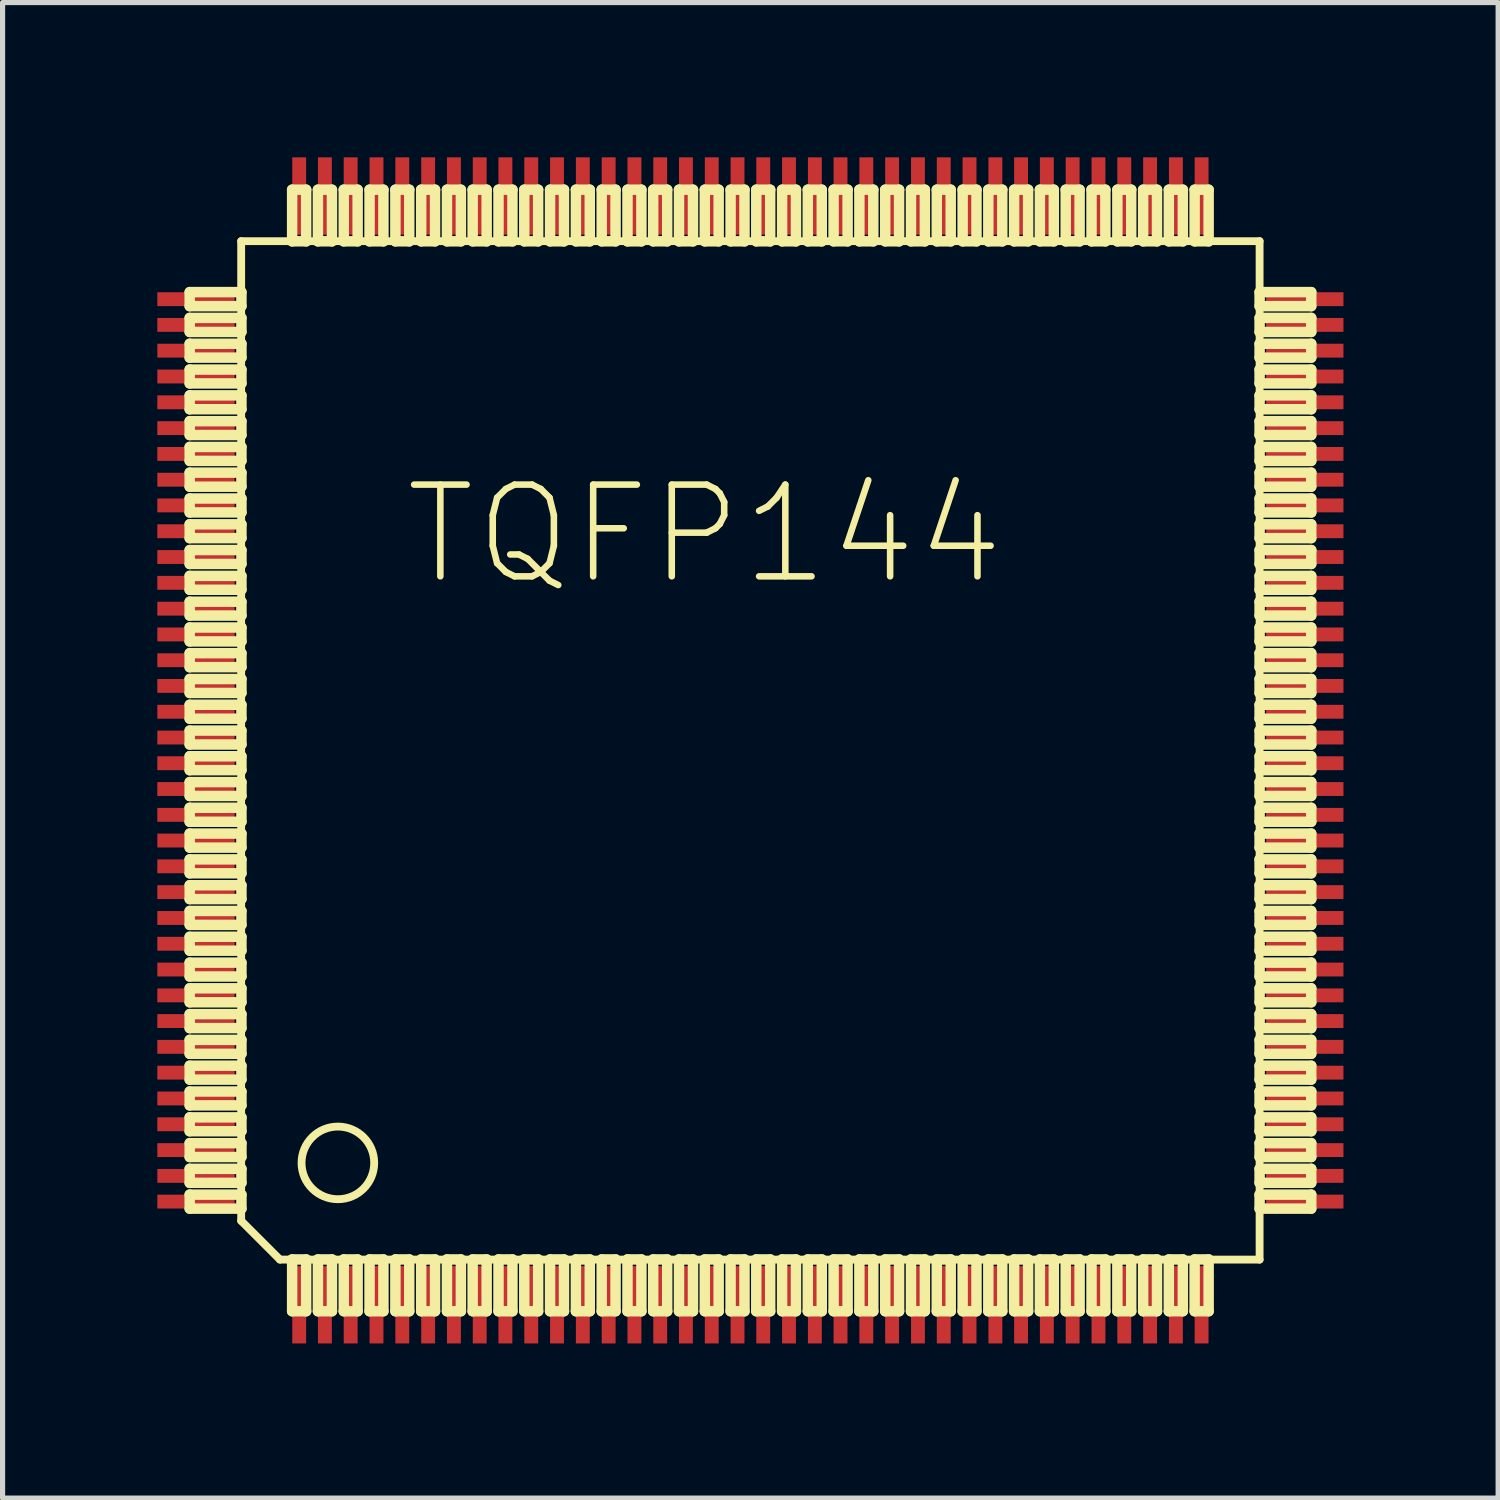
<source format=kicad_pcb>
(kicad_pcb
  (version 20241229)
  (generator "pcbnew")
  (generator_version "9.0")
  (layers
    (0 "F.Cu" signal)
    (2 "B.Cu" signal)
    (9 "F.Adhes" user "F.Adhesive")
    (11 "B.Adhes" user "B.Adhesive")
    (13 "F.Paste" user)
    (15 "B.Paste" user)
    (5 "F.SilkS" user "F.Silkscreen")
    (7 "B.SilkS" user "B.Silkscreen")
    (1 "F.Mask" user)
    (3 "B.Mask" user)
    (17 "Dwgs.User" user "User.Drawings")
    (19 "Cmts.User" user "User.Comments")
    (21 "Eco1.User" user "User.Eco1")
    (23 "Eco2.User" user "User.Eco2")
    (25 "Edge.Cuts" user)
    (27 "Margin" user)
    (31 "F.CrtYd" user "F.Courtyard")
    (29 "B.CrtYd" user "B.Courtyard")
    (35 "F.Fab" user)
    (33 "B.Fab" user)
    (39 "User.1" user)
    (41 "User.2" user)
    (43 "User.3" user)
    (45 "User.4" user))
  (footprint "TQFP144"
    (layer "F.Cu")
    (at 11.499 11.499)
    (property "Reference" "TQFP144" (at -0.889 -4.191 0) (layer "F.SilkS") (effects (font (size 1.778 1.778) (thickness 0.127))))
    (attr smd)
    (fp_line (start -10.871 -8.885) (end -9.868 -8.885) (stroke (width 0.203) (type solid)) (layer "F.SilkS"))
    (fp_line (start -10.871 -8.613) (end -10.871 -8.885) (stroke (width 0.203) (type solid)) (layer "F.SilkS"))
    (fp_line (start -10.871 -8.613) (end -9.868 -8.613) (stroke (width 0.203) (type solid)) (layer "F.SilkS"))
    (fp_line (start -10.871 -8.385) (end -9.868 -8.385) (stroke (width 0.203) (type solid)) (layer "F.SilkS"))
    (fp_line (start -10.871 -8.113) (end -10.871 -8.385) (stroke (width 0.203) (type solid)) (layer "F.SilkS"))
    (fp_line (start -10.871 -8.113) (end -9.868 -8.113) (stroke (width 0.203) (type solid)) (layer "F.SilkS"))
    (fp_line (start -10.871 -7.884) (end -9.868 -7.884) (stroke (width 0.203) (type solid)) (layer "F.SilkS"))
    (fp_line (start -10.871 -7.615) (end -10.871 -7.884) (stroke (width 0.203) (type solid)) (layer "F.SilkS"))
    (fp_line (start -10.871 -7.615) (end -9.868 -7.615) (stroke (width 0.203) (type solid)) (layer "F.SilkS"))
    (fp_line (start -10.871 -7.384) (end -9.868 -7.384) (stroke (width 0.203) (type solid)) (layer "F.SilkS"))
    (fp_line (start -10.871 -7.115) (end -10.871 -7.384) (stroke (width 0.203) (type solid)) (layer "F.SilkS"))
    (fp_line (start -10.871 -7.115) (end -9.868 -7.115) (stroke (width 0.203) (type solid)) (layer "F.SilkS"))
    (fp_line (start -10.871 -6.883) (end -9.868 -6.883) (stroke (width 0.203) (type solid)) (layer "F.SilkS"))
    (fp_line (start -10.871 -6.614) (end -10.871 -6.883) (stroke (width 0.203) (type solid)) (layer "F.SilkS"))
    (fp_line (start -10.871 -6.614) (end -9.868 -6.614) (stroke (width 0.203) (type solid)) (layer "F.SilkS"))
    (fp_line (start -10.871 -6.383) (end -9.868 -6.383) (stroke (width 0.203) (type solid)) (layer "F.SilkS"))
    (fp_line (start -10.871 -6.114) (end -10.871 -6.383) (stroke (width 0.203) (type solid)) (layer "F.SilkS"))
    (fp_line (start -10.871 -6.114) (end -9.868 -6.114) (stroke (width 0.203) (type solid)) (layer "F.SilkS"))
    (fp_line (start -10.871 -5.883) (end -9.868 -5.883) (stroke (width 0.203) (type solid)) (layer "F.SilkS"))
    (fp_line (start -10.871 -5.613) (end -10.871 -5.883) (stroke (width 0.203) (type solid)) (layer "F.SilkS"))
    (fp_line (start -10.871 -5.613) (end -9.868 -5.613) (stroke (width 0.203) (type solid)) (layer "F.SilkS"))
    (fp_line (start -10.871 -5.385) (end -9.868 -5.385) (stroke (width 0.203) (type solid)) (layer "F.SilkS"))
    (fp_line (start -10.871 -5.113) (end -10.871 -5.385) (stroke (width 0.203) (type solid)) (layer "F.SilkS"))
    (fp_line (start -10.871 -5.113) (end -9.868 -5.113) (stroke (width 0.203) (type solid)) (layer "F.SilkS"))
    (fp_line (start -10.871 -4.884) (end -9.868 -4.884) (stroke (width 0.203) (type solid)) (layer "F.SilkS"))
    (fp_line (start -10.871 -4.613) (end -10.871 -4.884) (stroke (width 0.203) (type solid)) (layer "F.SilkS"))
    (fp_line (start -10.871 -4.613) (end -9.868 -4.613) (stroke (width 0.203) (type solid)) (layer "F.SilkS"))
    (fp_line (start -10.871 -4.384) (end -9.868 -4.384) (stroke (width 0.203) (type solid)) (layer "F.SilkS"))
    (fp_line (start -10.871 -4.115) (end -10.871 -4.384) (stroke (width 0.203) (type solid)) (layer "F.SilkS"))
    (fp_line (start -10.871 -4.115) (end -9.868 -4.115) (stroke (width 0.203) (type solid)) (layer "F.SilkS"))
    (fp_line (start -10.871 -3.884) (end -9.868 -3.884) (stroke (width 0.203) (type solid)) (layer "F.SilkS"))
    (fp_line (start -10.871 -3.614) (end -10.871 -3.884) (stroke (width 0.203) (type solid)) (layer "F.SilkS"))
    (fp_line (start -10.871 -3.614) (end -9.868 -3.614) (stroke (width 0.203) (type solid)) (layer "F.SilkS"))
    (fp_line (start -10.871 -3.383) (end -9.868 -3.383) (stroke (width 0.203) (type solid)) (layer "F.SilkS"))
    (fp_line (start -10.871 -3.114) (end -10.871 -3.383) (stroke (width 0.203) (type solid)) (layer "F.SilkS"))
    (fp_line (start -10.871 -3.114) (end -9.868 -3.114) (stroke (width 0.203) (type solid)) (layer "F.SilkS"))
    (fp_line (start -10.871 -2.883) (end -9.868 -2.883) (stroke (width 0.203) (type solid)) (layer "F.SilkS"))
    (fp_line (start -10.871 -2.614) (end -10.871 -2.883) (stroke (width 0.203) (type solid)) (layer "F.SilkS"))
    (fp_line (start -10.871 -2.614) (end -9.868 -2.614) (stroke (width 0.203) (type solid)) (layer "F.SilkS"))
    (fp_line (start -10.871 -2.383) (end -9.868 -2.383) (stroke (width 0.203) (type solid)) (layer "F.SilkS"))
    (fp_line (start -10.871 -2.113) (end -10.871 -2.383) (stroke (width 0.203) (type solid)) (layer "F.SilkS"))
    (fp_line (start -10.871 -2.113) (end -9.868 -2.113) (stroke (width 0.203) (type solid)) (layer "F.SilkS"))
    (fp_line (start -10.871 -1.885) (end -9.868 -1.885) (stroke (width 0.203) (type solid)) (layer "F.SilkS"))
    (fp_line (start -10.871 -1.613) (end -10.871 -1.885) (stroke (width 0.203) (type solid)) (layer "F.SilkS"))
    (fp_line (start -10.871 -1.613) (end -9.868 -1.613) (stroke (width 0.203) (type solid)) (layer "F.SilkS"))
    (fp_line (start -10.871 -1.384) (end -9.868 -1.384) (stroke (width 0.203) (type solid)) (layer "F.SilkS"))
    (fp_line (start -10.871 -1.113) (end -10.871 -1.384) (stroke (width 0.203) (type solid)) (layer "F.SilkS"))
    (fp_line (start -10.871 -1.113) (end -9.868 -1.113) (stroke (width 0.203) (type solid)) (layer "F.SilkS"))
    (fp_line (start -10.871 -0.884) (end -9.868 -0.884) (stroke (width 0.203) (type solid)) (layer "F.SilkS"))
    (fp_line (start -10.871 -0.615) (end -10.871 -0.884) (stroke (width 0.203) (type solid)) (layer "F.SilkS"))
    (fp_line (start -10.871 -0.615) (end -9.868 -0.615) (stroke (width 0.203) (type solid)) (layer "F.SilkS"))
    (fp_line (start -10.871 -0.384) (end -9.868 -0.384) (stroke (width 0.203) (type solid)) (layer "F.SilkS"))
    (fp_line (start -10.871 -0.114) (end -10.871 -0.384) (stroke (width 0.203) (type solid)) (layer "F.SilkS"))
    (fp_line (start -10.871 -0.114) (end -9.868 -0.114) (stroke (width 0.203) (type solid)) (layer "F.SilkS"))
    (fp_line (start -10.871 0.114) (end -9.868 0.114) (stroke (width 0.203) (type solid)) (layer "F.SilkS"))
    (fp_line (start -10.871 0.384) (end -10.871 0.114) (stroke (width 0.203) (type solid)) (layer "F.SilkS"))
    (fp_line (start -10.871 0.384) (end -9.868 0.384) (stroke (width 0.203) (type solid)) (layer "F.SilkS"))
    (fp_line (start -10.871 0.615) (end -9.868 0.615) (stroke (width 0.203) (type solid)) (layer "F.SilkS"))
    (fp_line (start -10.871 0.884) (end -10.871 0.615) (stroke (width 0.203) (type solid)) (layer "F.SilkS"))
    (fp_line (start -10.871 0.884) (end -9.868 0.884) (stroke (width 0.203) (type solid)) (layer "F.SilkS"))
    (fp_line (start -10.871 1.113) (end -9.868 1.113) (stroke (width 0.203) (type solid)) (layer "F.SilkS"))
    (fp_line (start -10.871 1.384) (end -10.871 1.113) (stroke (width 0.203) (type solid)) (layer "F.SilkS"))
    (fp_line (start -10.871 1.384) (end -9.868 1.384) (stroke (width 0.203) (type solid)) (layer "F.SilkS"))
    (fp_line (start -10.871 1.613) (end -9.868 1.613) (stroke (width 0.203) (type solid)) (layer "F.SilkS"))
    (fp_line (start -10.871 1.885) (end -10.871 1.613) (stroke (width 0.203) (type solid)) (layer "F.SilkS"))
    (fp_line (start -10.871 1.885) (end -9.868 1.885) (stroke (width 0.203) (type solid)) (layer "F.SilkS"))
    (fp_line (start -10.871 2.113) (end -9.868 2.113) (stroke (width 0.203) (type solid)) (layer "F.SilkS"))
    (fp_line (start -10.871 2.383) (end -10.871 2.113) (stroke (width 0.203) (type solid)) (layer "F.SilkS"))
    (fp_line (start -10.871 2.383) (end -9.868 2.383) (stroke (width 0.203) (type solid)) (layer "F.SilkS"))
    (fp_line (start -10.871 2.614) (end -9.868 2.614) (stroke (width 0.203) (type solid)) (layer "F.SilkS"))
    (fp_line (start -10.871 2.883) (end -10.871 2.614) (stroke (width 0.203) (type solid)) (layer "F.SilkS"))
    (fp_line (start -10.871 2.883) (end -9.868 2.883) (stroke (width 0.203) (type solid)) (layer "F.SilkS"))
    (fp_line (start -10.871 3.114) (end -9.868 3.114) (stroke (width 0.203) (type solid)) (layer "F.SilkS"))
    (fp_line (start -10.871 3.383) (end -10.871 3.114) (stroke (width 0.203) (type solid)) (layer "F.SilkS"))
    (fp_line (start -10.871 3.383) (end -9.868 3.383) (stroke (width 0.203) (type solid)) (layer "F.SilkS"))
    (fp_line (start -10.871 3.614) (end -9.868 3.614) (stroke (width 0.203) (type solid)) (layer "F.SilkS"))
    (fp_line (start -10.871 3.884) (end -10.871 3.614) (stroke (width 0.203) (type solid)) (layer "F.SilkS"))
    (fp_line (start -10.871 3.884) (end -9.868 3.884) (stroke (width 0.203) (type solid)) (layer "F.SilkS"))
    (fp_line (start -10.871 4.115) (end -9.868 4.115) (stroke (width 0.203) (type solid)) (layer "F.SilkS"))
    (fp_line (start -10.871 4.384) (end -10.871 4.115) (stroke (width 0.203) (type solid)) (layer "F.SilkS"))
    (fp_line (start -10.871 4.384) (end -9.868 4.384) (stroke (width 0.203) (type solid)) (layer "F.SilkS"))
    (fp_line (start -10.871 4.613) (end -9.868 4.613) (stroke (width 0.203) (type solid)) (layer "F.SilkS"))
    (fp_line (start -10.871 4.884) (end -10.871 4.613) (stroke (width 0.203) (type solid)) (layer "F.SilkS"))
    (fp_line (start -10.871 4.884) (end -9.868 4.884) (stroke (width 0.203) (type solid)) (layer "F.SilkS"))
    (fp_line (start -10.871 5.113) (end -9.868 5.113) (stroke (width 0.203) (type solid)) (layer "F.SilkS"))
    (fp_line (start -10.871 5.385) (end -10.871 5.113) (stroke (width 0.203) (type solid)) (layer "F.SilkS"))
    (fp_line (start -10.871 5.385) (end -9.868 5.385) (stroke (width 0.203) (type solid)) (layer "F.SilkS"))
    (fp_line (start -10.871 5.613) (end -9.868 5.613) (stroke (width 0.203) (type solid)) (layer "F.SilkS"))
    (fp_line (start -10.871 5.883) (end -10.871 5.613) (stroke (width 0.203) (type solid)) (layer "F.SilkS"))
    (fp_line (start -10.871 5.883) (end -9.868 5.883) (stroke (width 0.203) (type solid)) (layer "F.SilkS"))
    (fp_line (start -10.871 6.114) (end -9.868 6.114) (stroke (width 0.203) (type solid)) (layer "F.SilkS"))
    (fp_line (start -10.871 6.383) (end -10.871 6.114) (stroke (width 0.203) (type solid)) (layer "F.SilkS"))
    (fp_line (start -10.871 6.383) (end -9.868 6.383) (stroke (width 0.203) (type solid)) (layer "F.SilkS"))
    (fp_line (start -10.871 6.614) (end -9.868 6.614) (stroke (width 0.203) (type solid)) (layer "F.SilkS"))
    (fp_line (start -10.871 6.883) (end -10.871 6.614) (stroke (width 0.203) (type solid)) (layer "F.SilkS"))
    (fp_line (start -10.871 6.883) (end -9.868 6.883) (stroke (width 0.203) (type solid)) (layer "F.SilkS"))
    (fp_line (start -10.871 7.115) (end -9.868 7.115) (stroke (width 0.203) (type solid)) (layer "F.SilkS"))
    (fp_line (start -10.871 7.384) (end -10.871 7.115) (stroke (width 0.203) (type solid)) (layer "F.SilkS"))
    (fp_line (start -10.871 7.384) (end -9.868 7.384) (stroke (width 0.203) (type solid)) (layer "F.SilkS"))
    (fp_line (start -10.871 7.615) (end -9.868 7.615) (stroke (width 0.203) (type solid)) (layer "F.SilkS"))
    (fp_line (start -10.871 7.884) (end -10.871 7.615) (stroke (width 0.203) (type solid)) (layer "F.SilkS"))
    (fp_line (start -10.871 7.884) (end -9.868 7.884) (stroke (width 0.203) (type solid)) (layer "F.SilkS"))
    (fp_line (start -10.871 8.113) (end -9.868 8.113) (stroke (width 0.203) (type solid)) (layer "F.SilkS"))
    (fp_line (start -10.871 8.385) (end -10.871 8.113) (stroke (width 0.203) (type solid)) (layer "F.SilkS"))
    (fp_line (start -10.871 8.385) (end -9.868 8.385) (stroke (width 0.203) (type solid)) (layer "F.SilkS"))
    (fp_line (start -10.871 8.613) (end -9.868 8.613) (stroke (width 0.203) (type solid)) (layer "F.SilkS"))
    (fp_line (start -10.871 8.885) (end -10.871 8.613) (stroke (width 0.203) (type solid)) (layer "F.SilkS"))
    (fp_line (start -10.871 8.885) (end -9.868 8.885) (stroke (width 0.203) (type solid)) (layer "F.SilkS"))
    (fp_line (start -9.873 -9.873) (end 9.873 -9.873) (stroke (width 0.152) (type solid)) (layer "F.SilkS"))
    (fp_line (start -9.873 9.121) (end -9.873 -9.873) (stroke (width 0.152) (type solid)) (layer "F.SilkS"))
    (fp_line (start -9.868 -8.613) (end -9.868 -8.885) (stroke (width 0.203) (type solid)) (layer "F.SilkS"))
    (fp_line (start -9.868 -8.113) (end -9.868 -8.385) (stroke (width 0.203) (type solid)) (layer "F.SilkS"))
    (fp_line (start -9.868 -7.615) (end -9.868 -7.884) (stroke (width 0.203) (type solid)) (layer "F.SilkS"))
    (fp_line (start -9.868 -7.115) (end -9.868 -7.384) (stroke (width 0.203) (type solid)) (layer "F.SilkS"))
    (fp_line (start -9.868 -6.614) (end -9.868 -6.883) (stroke (width 0.203) (type solid)) (layer "F.SilkS"))
    (fp_line (start -9.868 -6.114) (end -9.868 -6.383) (stroke (width 0.203) (type solid)) (layer "F.SilkS"))
    (fp_line (start -9.868 -5.613) (end -9.868 -5.883) (stroke (width 0.203) (type solid)) (layer "F.SilkS"))
    (fp_line (start -9.868 -5.113) (end -9.868 -5.385) (stroke (width 0.203) (type solid)) (layer "F.SilkS"))
    (fp_line (start -9.868 -4.613) (end -9.868 -4.884) (stroke (width 0.203) (type solid)) (layer "F.SilkS"))
    (fp_line (start -9.868 -4.115) (end -9.868 -4.384) (stroke (width 0.203) (type solid)) (layer "F.SilkS"))
    (fp_line (start -9.868 -3.614) (end -9.868 -3.884) (stroke (width 0.203) (type solid)) (layer "F.SilkS"))
    (fp_line (start -9.868 -3.114) (end -9.868 -3.383) (stroke (width 0.203) (type solid)) (layer "F.SilkS"))
    (fp_line (start -9.868 -2.614) (end -9.868 -2.883) (stroke (width 0.203) (type solid)) (layer "F.SilkS"))
    (fp_line (start -9.868 -2.113) (end -9.868 -2.383) (stroke (width 0.203) (type solid)) (layer "F.SilkS"))
    (fp_line (start -9.868 -1.613) (end -9.868 -1.885) (stroke (width 0.203) (type solid)) (layer "F.SilkS"))
    (fp_line (start -9.868 -1.113) (end -9.868 -1.384) (stroke (width 0.203) (type solid)) (layer "F.SilkS"))
    (fp_line (start -9.868 -0.615) (end -9.868 -0.884) (stroke (width 0.203) (type solid)) (layer "F.SilkS"))
    (fp_line (start -9.868 -0.114) (end -9.868 -0.384) (stroke (width 0.203) (type solid)) (layer "F.SilkS"))
    (fp_line (start -9.868 0.384) (end -9.868 0.114) (stroke (width 0.203) (type solid)) (layer "F.SilkS"))
    (fp_line (start -9.868 0.884) (end -9.868 0.615) (stroke (width 0.203) (type solid)) (layer "F.SilkS"))
    (fp_line (start -9.868 1.384) (end -9.868 1.113) (stroke (width 0.203) (type solid)) (layer "F.SilkS"))
    (fp_line (start -9.868 1.885) (end -9.868 1.613) (stroke (width 0.203) (type solid)) (layer "F.SilkS"))
    (fp_line (start -9.868 2.383) (end -9.868 2.113) (stroke (width 0.203) (type solid)) (layer "F.SilkS"))
    (fp_line (start -9.868 2.883) (end -9.868 2.614) (stroke (width 0.203) (type solid)) (layer "F.SilkS"))
    (fp_line (start -9.868 3.383) (end -9.868 3.114) (stroke (width 0.203) (type solid)) (layer "F.SilkS"))
    (fp_line (start -9.868 3.884) (end -9.868 3.614) (stroke (width 0.203) (type solid)) (layer "F.SilkS"))
    (fp_line (start -9.868 4.384) (end -9.868 4.115) (stroke (width 0.203) (type solid)) (layer "F.SilkS"))
    (fp_line (start -9.868 4.884) (end -9.868 4.613) (stroke (width 0.203) (type solid)) (layer "F.SilkS"))
    (fp_line (start -9.868 5.385) (end -9.868 5.113) (stroke (width 0.203) (type solid)) (layer "F.SilkS"))
    (fp_line (start -9.868 5.883) (end -9.868 5.613) (stroke (width 0.203) (type solid)) (layer "F.SilkS"))
    (fp_line (start -9.868 6.383) (end -9.868 6.114) (stroke (width 0.203) (type solid)) (layer "F.SilkS"))
    (fp_line (start -9.868 6.883) (end -9.868 6.614) (stroke (width 0.203) (type solid)) (layer "F.SilkS"))
    (fp_line (start -9.868 7.384) (end -9.868 7.115) (stroke (width 0.203) (type solid)) (layer "F.SilkS"))
    (fp_line (start -9.868 7.884) (end -9.868 7.615) (stroke (width 0.203) (type solid)) (layer "F.SilkS"))
    (fp_line (start -9.868 8.385) (end -9.868 8.113) (stroke (width 0.203) (type solid)) (layer "F.SilkS"))
    (fp_line (start -9.868 8.885) (end -9.868 8.613) (stroke (width 0.203) (type solid)) (layer "F.SilkS"))
    (fp_line (start -9.121 9.873) (end -9.873 9.121) (stroke (width 0.152) (type solid)) (layer "F.SilkS"))
    (fp_line (start -8.885 -10.871) (end -8.613 -10.871) (stroke (width 0.203) (type solid)) (layer "F.SilkS"))
    (fp_line (start -8.885 -9.87) (end -8.885 -10.871) (stroke (width 0.203) (type solid)) (layer "F.SilkS"))
    (fp_line (start -8.885 -9.87) (end -8.613 -9.87) (stroke (width 0.203) (type solid)) (layer "F.SilkS"))
    (fp_line (start -8.885 9.87) (end -8.613 9.87) (stroke (width 0.203) (type solid)) (layer "F.SilkS"))
    (fp_line (start -8.885 10.874) (end -8.885 9.87) (stroke (width 0.203) (type solid)) (layer "F.SilkS"))
    (fp_line (start -8.885 10.874) (end -8.613 10.874) (stroke (width 0.203) (type solid)) (layer "F.SilkS"))
    (fp_line (start -8.613 -9.87) (end -8.613 -10.871) (stroke (width 0.203) (type solid)) (layer "F.SilkS"))
    (fp_line (start -8.613 10.874) (end -8.613 9.87) (stroke (width 0.203) (type solid)) (layer "F.SilkS"))
    (fp_line (start -8.385 -10.871) (end -8.113 -10.871) (stroke (width 0.203) (type solid)) (layer "F.SilkS"))
    (fp_line (start -8.385 -9.87) (end -8.385 -10.871) (stroke (width 0.203) (type solid)) (layer "F.SilkS"))
    (fp_line (start -8.385 -9.87) (end -8.113 -9.87) (stroke (width 0.203) (type solid)) (layer "F.SilkS"))
    (fp_line (start -8.385 9.87) (end -8.113 9.87) (stroke (width 0.203) (type solid)) (layer "F.SilkS"))
    (fp_line (start -8.385 10.874) (end -8.385 9.87) (stroke (width 0.203) (type solid)) (layer "F.SilkS"))
    (fp_line (start -8.385 10.874) (end -8.113 10.874) (stroke (width 0.203) (type solid)) (layer "F.SilkS"))
    (fp_line (start -8.113 -9.87) (end -8.113 -10.871) (stroke (width 0.203) (type solid)) (layer "F.SilkS"))
    (fp_line (start -8.113 10.874) (end -8.113 9.87) (stroke (width 0.203) (type solid)) (layer "F.SilkS"))
    (fp_line (start -7.884 -10.871) (end -7.615 -10.871) (stroke (width 0.203) (type solid)) (layer "F.SilkS"))
    (fp_line (start -7.884 -9.87) (end -7.884 -10.871) (stroke (width 0.203) (type solid)) (layer "F.SilkS"))
    (fp_line (start -7.884 -9.87) (end -7.615 -9.87) (stroke (width 0.203) (type solid)) (layer "F.SilkS"))
    (fp_line (start -7.884 9.87) (end -7.615 9.87) (stroke (width 0.203) (type solid)) (layer "F.SilkS"))
    (fp_line (start -7.884 10.874) (end -7.884 9.87) (stroke (width 0.203) (type solid)) (layer "F.SilkS"))
    (fp_line (start -7.884 10.874) (end -7.615 10.874) (stroke (width 0.203) (type solid)) (layer "F.SilkS"))
    (fp_line (start -7.615 -9.87) (end -7.615 -10.871) (stroke (width 0.203) (type solid)) (layer "F.SilkS"))
    (fp_line (start -7.615 10.874) (end -7.615 9.87) (stroke (width 0.203) (type solid)) (layer "F.SilkS"))
    (fp_line (start -7.384 -10.871) (end -7.115 -10.871) (stroke (width 0.203) (type solid)) (layer "F.SilkS"))
    (fp_line (start -7.384 -9.87) (end -7.384 -10.871) (stroke (width 0.203) (type solid)) (layer "F.SilkS"))
    (fp_line (start -7.384 -9.87) (end -7.115 -9.87) (stroke (width 0.203) (type solid)) (layer "F.SilkS"))
    (fp_line (start -7.384 9.87) (end -7.115 9.87) (stroke (width 0.203) (type solid)) (layer "F.SilkS"))
    (fp_line (start -7.384 10.874) (end -7.384 9.87) (stroke (width 0.203) (type solid)) (layer "F.SilkS"))
    (fp_line (start -7.384 10.874) (end -7.115 10.874) (stroke (width 0.203) (type solid)) (layer "F.SilkS"))
    (fp_line (start -7.115 -9.87) (end -7.115 -10.871) (stroke (width 0.203) (type solid)) (layer "F.SilkS"))
    (fp_line (start -7.115 10.874) (end -7.115 9.87) (stroke (width 0.203) (type solid)) (layer "F.SilkS"))
    (fp_line (start -6.883 -10.871) (end -6.614 -10.871) (stroke (width 0.203) (type solid)) (layer "F.SilkS"))
    (fp_line (start -6.883 -9.87) (end -6.883 -10.871) (stroke (width 0.203) (type solid)) (layer "F.SilkS"))
    (fp_line (start -6.883 -9.87) (end -6.614 -9.87) (stroke (width 0.203) (type solid)) (layer "F.SilkS"))
    (fp_line (start -6.883 9.87) (end -6.614 9.87) (stroke (width 0.203) (type solid)) (layer "F.SilkS"))
    (fp_line (start -6.883 10.874) (end -6.883 9.87) (stroke (width 0.203) (type solid)) (layer "F.SilkS"))
    (fp_line (start -6.883 10.874) (end -6.614 10.874) (stroke (width 0.203) (type solid)) (layer "F.SilkS"))
    (fp_line (start -6.614 -9.87) (end -6.614 -10.871) (stroke (width 0.203) (type solid)) (layer "F.SilkS"))
    (fp_line (start -6.614 10.874) (end -6.614 9.87) (stroke (width 0.203) (type solid)) (layer "F.SilkS"))
    (fp_line (start -6.383 -10.871) (end -6.114 -10.871) (stroke (width 0.203) (type solid)) (layer "F.SilkS"))
    (fp_line (start -6.383 -9.87) (end -6.383 -10.871) (stroke (width 0.203) (type solid)) (layer "F.SilkS"))
    (fp_line (start -6.383 -9.87) (end -6.114 -9.87) (stroke (width 0.203) (type solid)) (layer "F.SilkS"))
    (fp_line (start -6.383 9.87) (end -6.114 9.87) (stroke (width 0.203) (type solid)) (layer "F.SilkS"))
    (fp_line (start -6.383 10.874) (end -6.383 9.87) (stroke (width 0.203) (type solid)) (layer "F.SilkS"))
    (fp_line (start -6.383 10.874) (end -6.114 10.874) (stroke (width 0.203) (type solid)) (layer "F.SilkS"))
    (fp_line (start -6.114 -9.87) (end -6.114 -10.871) (stroke (width 0.203) (type solid)) (layer "F.SilkS"))
    (fp_line (start -6.114 10.874) (end -6.114 9.87) (stroke (width 0.203) (type solid)) (layer "F.SilkS"))
    (fp_line (start -5.883 -10.871) (end -5.613 -10.871) (stroke (width 0.203) (type solid)) (layer "F.SilkS"))
    (fp_line (start -5.883 -9.87) (end -5.883 -10.871) (stroke (width 0.203) (type solid)) (layer "F.SilkS"))
    (fp_line (start -5.883 -9.87) (end -5.613 -9.87) (stroke (width 0.203) (type solid)) (layer "F.SilkS"))
    (fp_line (start -5.883 9.87) (end -5.613 9.87) (stroke (width 0.203) (type solid)) (layer "F.SilkS"))
    (fp_line (start -5.883 10.874) (end -5.883 9.87) (stroke (width 0.203) (type solid)) (layer "F.SilkS"))
    (fp_line (start -5.883 10.874) (end -5.613 10.874) (stroke (width 0.203) (type solid)) (layer "F.SilkS"))
    (fp_line (start -5.613 -9.87) (end -5.613 -10.871) (stroke (width 0.203) (type solid)) (layer "F.SilkS"))
    (fp_line (start -5.613 10.874) (end -5.613 9.87) (stroke (width 0.203) (type solid)) (layer "F.SilkS"))
    (fp_line (start -5.385 -10.871) (end -5.113 -10.871) (stroke (width 0.203) (type solid)) (layer "F.SilkS"))
    (fp_line (start -5.385 -9.87) (end -5.385 -10.871) (stroke (width 0.203) (type solid)) (layer "F.SilkS"))
    (fp_line (start -5.385 -9.87) (end -5.113 -9.87) (stroke (width 0.203) (type solid)) (layer "F.SilkS"))
    (fp_line (start -5.385 9.87) (end -5.113 9.87) (stroke (width 0.203) (type solid)) (layer "F.SilkS"))
    (fp_line (start -5.385 10.874) (end -5.385 9.87) (stroke (width 0.203) (type solid)) (layer "F.SilkS"))
    (fp_line (start -5.385 10.874) (end -5.113 10.874) (stroke (width 0.203) (type solid)) (layer "F.SilkS"))
    (fp_line (start -5.113 -9.87) (end -5.113 -10.871) (stroke (width 0.203) (type solid)) (layer "F.SilkS"))
    (fp_line (start -5.113 10.874) (end -5.113 9.87) (stroke (width 0.203) (type solid)) (layer "F.SilkS"))
    (fp_line (start -4.884 -10.871) (end -4.613 -10.871) (stroke (width 0.203) (type solid)) (layer "F.SilkS"))
    (fp_line (start -4.884 -9.87) (end -4.884 -10.871) (stroke (width 0.203) (type solid)) (layer "F.SilkS"))
    (fp_line (start -4.884 -9.87) (end -4.613 -9.87) (stroke (width 0.203) (type solid)) (layer "F.SilkS"))
    (fp_line (start -4.884 9.87) (end -4.613 9.87) (stroke (width 0.203) (type solid)) (layer "F.SilkS"))
    (fp_line (start -4.884 10.874) (end -4.884 9.87) (stroke (width 0.203) (type solid)) (layer "F.SilkS"))
    (fp_line (start -4.884 10.874) (end -4.613 10.874) (stroke (width 0.203) (type solid)) (layer "F.SilkS"))
    (fp_line (start -4.613 -9.87) (end -4.613 -10.871) (stroke (width 0.203) (type solid)) (layer "F.SilkS"))
    (fp_line (start -4.613 10.874) (end -4.613 9.87) (stroke (width 0.203) (type solid)) (layer "F.SilkS"))
    (fp_line (start -4.384 -10.871) (end -4.115 -10.871) (stroke (width 0.203) (type solid)) (layer "F.SilkS"))
    (fp_line (start -4.384 -9.87) (end -4.384 -10.871) (stroke (width 0.203) (type solid)) (layer "F.SilkS"))
    (fp_line (start -4.384 -9.87) (end -4.115 -9.87) (stroke (width 0.203) (type solid)) (layer "F.SilkS"))
    (fp_line (start -4.384 9.87) (end -4.115 9.87) (stroke (width 0.203) (type solid)) (layer "F.SilkS"))
    (fp_line (start -4.384 10.874) (end -4.384 9.87) (stroke (width 0.203) (type solid)) (layer "F.SilkS"))
    (fp_line (start -4.384 10.874) (end -4.115 10.874) (stroke (width 0.203) (type solid)) (layer "F.SilkS"))
    (fp_line (start -4.115 -9.87) (end -4.115 -10.871) (stroke (width 0.203) (type solid)) (layer "F.SilkS"))
    (fp_line (start -4.115 10.874) (end -4.115 9.87) (stroke (width 0.203) (type solid)) (layer "F.SilkS"))
    (fp_line (start -3.884 -10.871) (end -3.614 -10.871) (stroke (width 0.203) (type solid)) (layer "F.SilkS"))
    (fp_line (start -3.884 -9.87) (end -3.884 -10.871) (stroke (width 0.203) (type solid)) (layer "F.SilkS"))
    (fp_line (start -3.884 -9.87) (end -3.614 -9.87) (stroke (width 0.203) (type solid)) (layer "F.SilkS"))
    (fp_line (start -3.884 9.87) (end -3.614 9.87) (stroke (width 0.203) (type solid)) (layer "F.SilkS"))
    (fp_line (start -3.884 10.874) (end -3.884 9.87) (stroke (width 0.203) (type solid)) (layer "F.SilkS"))
    (fp_line (start -3.884 10.874) (end -3.614 10.874) (stroke (width 0.203) (type solid)) (layer "F.SilkS"))
    (fp_line (start -3.614 -9.87) (end -3.614 -10.871) (stroke (width 0.203) (type solid)) (layer "F.SilkS"))
    (fp_line (start -3.614 10.874) (end -3.614 9.87) (stroke (width 0.203) (type solid)) (layer "F.SilkS"))
    (fp_line (start -3.383 -10.871) (end -3.114 -10.871) (stroke (width 0.203) (type solid)) (layer "F.SilkS"))
    (fp_line (start -3.383 -9.87) (end -3.383 -10.871) (stroke (width 0.203) (type solid)) (layer "F.SilkS"))
    (fp_line (start -3.383 -9.87) (end -3.114 -9.87) (stroke (width 0.203) (type solid)) (layer "F.SilkS"))
    (fp_line (start -3.383 9.87) (end -3.114 9.87) (stroke (width 0.203) (type solid)) (layer "F.SilkS"))
    (fp_line (start -3.383 10.874) (end -3.383 9.87) (stroke (width 0.203) (type solid)) (layer "F.SilkS"))
    (fp_line (start -3.383 10.874) (end -3.114 10.874) (stroke (width 0.203) (type solid)) (layer "F.SilkS"))
    (fp_line (start -3.114 -9.87) (end -3.114 -10.871) (stroke (width 0.203) (type solid)) (layer "F.SilkS"))
    (fp_line (start -3.114 10.874) (end -3.114 9.87) (stroke (width 0.203) (type solid)) (layer "F.SilkS"))
    (fp_line (start -2.883 -10.871) (end -2.614 -10.871) (stroke (width 0.203) (type solid)) (layer "F.SilkS"))
    (fp_line (start -2.883 -9.87) (end -2.883 -10.871) (stroke (width 0.203) (type solid)) (layer "F.SilkS"))
    (fp_line (start -2.883 -9.87) (end -2.614 -9.87) (stroke (width 0.203) (type solid)) (layer "F.SilkS"))
    (fp_line (start -2.883 9.87) (end -2.614 9.87) (stroke (width 0.203) (type solid)) (layer "F.SilkS"))
    (fp_line (start -2.883 10.874) (end -2.883 9.87) (stroke (width 0.203) (type solid)) (layer "F.SilkS"))
    (fp_line (start -2.883 10.874) (end -2.614 10.874) (stroke (width 0.203) (type solid)) (layer "F.SilkS"))
    (fp_line (start -2.614 -9.87) (end -2.614 -10.871) (stroke (width 0.203) (type solid)) (layer "F.SilkS"))
    (fp_line (start -2.614 10.874) (end -2.614 9.87) (stroke (width 0.203) (type solid)) (layer "F.SilkS"))
    (fp_line (start -2.383 -10.871) (end -2.113 -10.871) (stroke (width 0.203) (type solid)) (layer "F.SilkS"))
    (fp_line (start -2.383 -9.87) (end -2.383 -10.871) (stroke (width 0.203) (type solid)) (layer "F.SilkS"))
    (fp_line (start -2.383 -9.87) (end -2.113 -9.87) (stroke (width 0.203) (type solid)) (layer "F.SilkS"))
    (fp_line (start -2.383 9.87) (end -2.113 9.87) (stroke (width 0.203) (type solid)) (layer "F.SilkS"))
    (fp_line (start -2.383 10.874) (end -2.383 9.87) (stroke (width 0.203) (type solid)) (layer "F.SilkS"))
    (fp_line (start -2.383 10.874) (end -2.113 10.874) (stroke (width 0.203) (type solid)) (layer "F.SilkS"))
    (fp_line (start -2.113 -9.87) (end -2.113 -10.871) (stroke (width 0.203) (type solid)) (layer "F.SilkS"))
    (fp_line (start -2.113 10.874) (end -2.113 9.87) (stroke (width 0.203) (type solid)) (layer "F.SilkS"))
    (fp_line (start -1.885 -10.871) (end -1.613 -10.871) (stroke (width 0.203) (type solid)) (layer "F.SilkS"))
    (fp_line (start -1.885 -9.87) (end -1.885 -10.871) (stroke (width 0.203) (type solid)) (layer "F.SilkS"))
    (fp_line (start -1.885 -9.87) (end -1.613 -9.87) (stroke (width 0.203) (type solid)) (layer "F.SilkS"))
    (fp_line (start -1.885 9.87) (end -1.613 9.87) (stroke (width 0.203) (type solid)) (layer "F.SilkS"))
    (fp_line (start -1.885 10.874) (end -1.885 9.87) (stroke (width 0.203) (type solid)) (layer "F.SilkS"))
    (fp_line (start -1.885 10.874) (end -1.613 10.874) (stroke (width 0.203) (type solid)) (layer "F.SilkS"))
    (fp_line (start -1.613 -9.87) (end -1.613 -10.871) (stroke (width 0.203) (type solid)) (layer "F.SilkS"))
    (fp_line (start -1.613 10.874) (end -1.613 9.87) (stroke (width 0.203) (type solid)) (layer "F.SilkS"))
    (fp_line (start -1.384 -10.871) (end -1.113 -10.871) (stroke (width 0.203) (type solid)) (layer "F.SilkS"))
    (fp_line (start -1.384 -9.87) (end -1.384 -10.871) (stroke (width 0.203) (type solid)) (layer "F.SilkS"))
    (fp_line (start -1.384 -9.87) (end -1.113 -9.87) (stroke (width 0.203) (type solid)) (layer "F.SilkS"))
    (fp_line (start -1.384 9.87) (end -1.113 9.87) (stroke (width 0.203) (type solid)) (layer "F.SilkS"))
    (fp_line (start -1.384 10.874) (end -1.384 9.87) (stroke (width 0.203) (type solid)) (layer "F.SilkS"))
    (fp_line (start -1.384 10.874) (end -1.113 10.874) (stroke (width 0.203) (type solid)) (layer "F.SilkS"))
    (fp_line (start -1.113 -9.87) (end -1.113 -10.871) (stroke (width 0.203) (type solid)) (layer "F.SilkS"))
    (fp_line (start -1.113 10.874) (end -1.113 9.87) (stroke (width 0.203) (type solid)) (layer "F.SilkS"))
    (fp_line (start -0.884 -10.871) (end -0.615 -10.871) (stroke (width 0.203) (type solid)) (layer "F.SilkS"))
    (fp_line (start -0.884 -9.87) (end -0.884 -10.871) (stroke (width 0.203) (type solid)) (layer "F.SilkS"))
    (fp_line (start -0.884 -9.87) (end -0.615 -9.87) (stroke (width 0.203) (type solid)) (layer "F.SilkS"))
    (fp_line (start -0.884 9.87) (end -0.615 9.87) (stroke (width 0.203) (type solid)) (layer "F.SilkS"))
    (fp_line (start -0.884 10.874) (end -0.884 9.87) (stroke (width 0.203) (type solid)) (layer "F.SilkS"))
    (fp_line (start -0.884 10.874) (end -0.615 10.874) (stroke (width 0.203) (type solid)) (layer "F.SilkS"))
    (fp_line (start -0.615 -9.87) (end -0.615 -10.871) (stroke (width 0.203) (type solid)) (layer "F.SilkS"))
    (fp_line (start -0.615 10.874) (end -0.615 9.87) (stroke (width 0.203) (type solid)) (layer "F.SilkS"))
    (fp_line (start -0.384 -10.871) (end -0.114 -10.871) (stroke (width 0.203) (type solid)) (layer "F.SilkS"))
    (fp_line (start -0.384 -9.87) (end -0.384 -10.871) (stroke (width 0.203) (type solid)) (layer "F.SilkS"))
    (fp_line (start -0.384 -9.87) (end -0.114 -9.87) (stroke (width 0.203) (type solid)) (layer "F.SilkS"))
    (fp_line (start -0.384 9.87) (end -0.114 9.87) (stroke (width 0.203) (type solid)) (layer "F.SilkS"))
    (fp_line (start -0.384 10.874) (end -0.384 9.87) (stroke (width 0.203) (type solid)) (layer "F.SilkS"))
    (fp_line (start -0.384 10.874) (end -0.114 10.874) (stroke (width 0.203) (type solid)) (layer "F.SilkS"))
    (fp_line (start -0.114 -9.87) (end -0.114 -10.871) (stroke (width 0.203) (type solid)) (layer "F.SilkS"))
    (fp_line (start -0.114 10.874) (end -0.114 9.87) (stroke (width 0.203) (type solid)) (layer "F.SilkS"))
    (fp_line (start 0.114 -10.871) (end 0.384 -10.871) (stroke (width 0.203) (type solid)) (layer "F.SilkS"))
    (fp_line (start 0.114 -9.87) (end 0.114 -10.871) (stroke (width 0.203) (type solid)) (layer "F.SilkS"))
    (fp_line (start 0.114 -9.87) (end 0.384 -9.87) (stroke (width 0.203) (type solid)) (layer "F.SilkS"))
    (fp_line (start 0.114 9.87) (end 0.384 9.87) (stroke (width 0.203) (type solid)) (layer "F.SilkS"))
    (fp_line (start 0.114 10.874) (end 0.114 9.87) (stroke (width 0.203) (type solid)) (layer "F.SilkS"))
    (fp_line (start 0.114 10.874) (end 0.384 10.874) (stroke (width 0.203) (type solid)) (layer "F.SilkS"))
    (fp_line (start 0.384 -9.87) (end 0.384 -10.871) (stroke (width 0.203) (type solid)) (layer "F.SilkS"))
    (fp_line (start 0.384 10.874) (end 0.384 9.87) (stroke (width 0.203) (type solid)) (layer "F.SilkS"))
    (fp_line (start 0.615 -10.871) (end 0.884 -10.871) (stroke (width 0.203) (type solid)) (layer "F.SilkS"))
    (fp_line (start 0.615 -9.87) (end 0.615 -10.871) (stroke (width 0.203) (type solid)) (layer "F.SilkS"))
    (fp_line (start 0.615 -9.87) (end 0.884 -9.87) (stroke (width 0.203) (type solid)) (layer "F.SilkS"))
    (fp_line (start 0.615 9.87) (end 0.884 9.87) (stroke (width 0.203) (type solid)) (layer "F.SilkS"))
    (fp_line (start 0.615 10.874) (end 0.615 9.87) (stroke (width 0.203) (type solid)) (layer "F.SilkS"))
    (fp_line (start 0.615 10.874) (end 0.884 10.874) (stroke (width 0.203) (type solid)) (layer "F.SilkS"))
    (fp_line (start 0.884 -9.87) (end 0.884 -10.871) (stroke (width 0.203) (type solid)) (layer "F.SilkS"))
    (fp_line (start 0.884 10.874) (end 0.884 9.87) (stroke (width 0.203) (type solid)) (layer "F.SilkS"))
    (fp_line (start 1.113 -10.871) (end 1.384 -10.871) (stroke (width 0.203) (type solid)) (layer "F.SilkS"))
    (fp_line (start 1.113 -9.87) (end 1.113 -10.871) (stroke (width 0.203) (type solid)) (layer "F.SilkS"))
    (fp_line (start 1.113 -9.87) (end 1.384 -9.87) (stroke (width 0.203) (type solid)) (layer "F.SilkS"))
    (fp_line (start 1.113 9.87) (end 1.384 9.87) (stroke (width 0.203) (type solid)) (layer "F.SilkS"))
    (fp_line (start 1.113 10.874) (end 1.113 9.87) (stroke (width 0.203) (type solid)) (layer "F.SilkS"))
    (fp_line (start 1.113 10.874) (end 1.384 10.874) (stroke (width 0.203) (type solid)) (layer "F.SilkS"))
    (fp_line (start 1.384 -9.87) (end 1.384 -10.871) (stroke (width 0.203) (type solid)) (layer "F.SilkS"))
    (fp_line (start 1.384 10.874) (end 1.384 9.87) (stroke (width 0.203) (type solid)) (layer "F.SilkS"))
    (fp_line (start 1.613 -10.871) (end 1.885 -10.871) (stroke (width 0.203) (type solid)) (layer "F.SilkS"))
    (fp_line (start 1.613 -9.87) (end 1.613 -10.871) (stroke (width 0.203) (type solid)) (layer "F.SilkS"))
    (fp_line (start 1.613 -9.87) (end 1.885 -9.87) (stroke (width 0.203) (type solid)) (layer "F.SilkS"))
    (fp_line (start 1.613 9.87) (end 1.885 9.87) (stroke (width 0.203) (type solid)) (layer "F.SilkS"))
    (fp_line (start 1.613 10.874) (end 1.613 9.87) (stroke (width 0.203) (type solid)) (layer "F.SilkS"))
    (fp_line (start 1.613 10.874) (end 1.885 10.874) (stroke (width 0.203) (type solid)) (layer "F.SilkS"))
    (fp_line (start 1.885 -9.87) (end 1.885 -10.871) (stroke (width 0.203) (type solid)) (layer "F.SilkS"))
    (fp_line (start 1.885 10.874) (end 1.885 9.87) (stroke (width 0.203) (type solid)) (layer "F.SilkS"))
    (fp_line (start 2.113 -10.871) (end 2.383 -10.871) (stroke (width 0.203) (type solid)) (layer "F.SilkS"))
    (fp_line (start 2.113 -9.87) (end 2.113 -10.871) (stroke (width 0.203) (type solid)) (layer "F.SilkS"))
    (fp_line (start 2.113 -9.87) (end 2.383 -9.87) (stroke (width 0.203) (type solid)) (layer "F.SilkS"))
    (fp_line (start 2.113 9.87) (end 2.383 9.87) (stroke (width 0.203) (type solid)) (layer "F.SilkS"))
    (fp_line (start 2.113 10.874) (end 2.113 9.87) (stroke (width 0.203) (type solid)) (layer "F.SilkS"))
    (fp_line (start 2.113 10.874) (end 2.383 10.874) (stroke (width 0.203) (type solid)) (layer "F.SilkS"))
    (fp_line (start 2.383 -9.87) (end 2.383 -10.871) (stroke (width 0.203) (type solid)) (layer "F.SilkS"))
    (fp_line (start 2.383 10.874) (end 2.383 9.87) (stroke (width 0.203) (type solid)) (layer "F.SilkS"))
    (fp_line (start 2.614 -10.871) (end 2.883 -10.871) (stroke (width 0.203) (type solid)) (layer "F.SilkS"))
    (fp_line (start 2.614 -9.87) (end 2.614 -10.871) (stroke (width 0.203) (type solid)) (layer "F.SilkS"))
    (fp_line (start 2.614 -9.87) (end 2.883 -9.87) (stroke (width 0.203) (type solid)) (layer "F.SilkS"))
    (fp_line (start 2.614 9.87) (end 2.883 9.87) (stroke (width 0.203) (type solid)) (layer "F.SilkS"))
    (fp_line (start 2.614 10.874) (end 2.614 9.87) (stroke (width 0.203) (type solid)) (layer "F.SilkS"))
    (fp_line (start 2.614 10.874) (end 2.883 10.874) (stroke (width 0.203) (type solid)) (layer "F.SilkS"))
    (fp_line (start 2.883 -9.87) (end 2.883 -10.871) (stroke (width 0.203) (type solid)) (layer "F.SilkS"))
    (fp_line (start 2.883 10.874) (end 2.883 9.87) (stroke (width 0.203) (type solid)) (layer "F.SilkS"))
    (fp_line (start 3.114 -10.871) (end 3.383 -10.871) (stroke (width 0.203) (type solid)) (layer "F.SilkS"))
    (fp_line (start 3.114 -9.87) (end 3.114 -10.871) (stroke (width 0.203) (type solid)) (layer "F.SilkS"))
    (fp_line (start 3.114 -9.87) (end 3.383 -9.87) (stroke (width 0.203) (type solid)) (layer "F.SilkS"))
    (fp_line (start 3.114 9.87) (end 3.383 9.87) (stroke (width 0.203) (type solid)) (layer "F.SilkS"))
    (fp_line (start 3.114 10.874) (end 3.114 9.87) (stroke (width 0.203) (type solid)) (layer "F.SilkS"))
    (fp_line (start 3.114 10.874) (end 3.383 10.874) (stroke (width 0.203) (type solid)) (layer "F.SilkS"))
    (fp_line (start 3.383 -9.87) (end 3.383 -10.871) (stroke (width 0.203) (type solid)) (layer "F.SilkS"))
    (fp_line (start 3.383 10.874) (end 3.383 9.87) (stroke (width 0.203) (type solid)) (layer "F.SilkS"))
    (fp_line (start 3.614 -10.871) (end 3.884 -10.871) (stroke (width 0.203) (type solid)) (layer "F.SilkS"))
    (fp_line (start 3.614 -9.87) (end 3.614 -10.871) (stroke (width 0.203) (type solid)) (layer "F.SilkS"))
    (fp_line (start 3.614 -9.87) (end 3.884 -9.87) (stroke (width 0.203) (type solid)) (layer "F.SilkS"))
    (fp_line (start 3.614 9.87) (end 3.884 9.87) (stroke (width 0.203) (type solid)) (layer "F.SilkS"))
    (fp_line (start 3.614 10.874) (end 3.614 9.87) (stroke (width 0.203) (type solid)) (layer "F.SilkS"))
    (fp_line (start 3.614 10.874) (end 3.884 10.874) (stroke (width 0.203) (type solid)) (layer "F.SilkS"))
    (fp_line (start 3.884 -9.87) (end 3.884 -10.871) (stroke (width 0.203) (type solid)) (layer "F.SilkS"))
    (fp_line (start 3.884 10.874) (end 3.884 9.87) (stroke (width 0.203) (type solid)) (layer "F.SilkS"))
    (fp_line (start 4.115 -10.871) (end 4.384 -10.871) (stroke (width 0.203) (type solid)) (layer "F.SilkS"))
    (fp_line (start 4.115 -9.87) (end 4.115 -10.871) (stroke (width 0.203) (type solid)) (layer "F.SilkS"))
    (fp_line (start 4.115 -9.87) (end 4.384 -9.87) (stroke (width 0.203) (type solid)) (layer "F.SilkS"))
    (fp_line (start 4.115 9.87) (end 4.384 9.87) (stroke (width 0.203) (type solid)) (layer "F.SilkS"))
    (fp_line (start 4.115 10.874) (end 4.115 9.87) (stroke (width 0.203) (type solid)) (layer "F.SilkS"))
    (fp_line (start 4.115 10.874) (end 4.384 10.874) (stroke (width 0.203) (type solid)) (layer "F.SilkS"))
    (fp_line (start 4.384 -9.87) (end 4.384 -10.871) (stroke (width 0.203) (type solid)) (layer "F.SilkS"))
    (fp_line (start 4.384 10.874) (end 4.384 9.87) (stroke (width 0.203) (type solid)) (layer "F.SilkS"))
    (fp_line (start 4.613 -10.871) (end 4.884 -10.871) (stroke (width 0.203) (type solid)) (layer "F.SilkS"))
    (fp_line (start 4.613 -9.87) (end 4.613 -10.871) (stroke (width 0.203) (type solid)) (layer "F.SilkS"))
    (fp_line (start 4.613 -9.87) (end 4.884 -9.87) (stroke (width 0.203) (type solid)) (layer "F.SilkS"))
    (fp_line (start 4.613 9.87) (end 4.884 9.87) (stroke (width 0.203) (type solid)) (layer "F.SilkS"))
    (fp_line (start 4.613 10.874) (end 4.613 9.87) (stroke (width 0.203) (type solid)) (layer "F.SilkS"))
    (fp_line (start 4.613 10.874) (end 4.884 10.874) (stroke (width 0.203) (type solid)) (layer "F.SilkS"))
    (fp_line (start 4.884 -9.87) (end 4.884 -10.871) (stroke (width 0.203) (type solid)) (layer "F.SilkS"))
    (fp_line (start 4.884 10.874) (end 4.884 9.87) (stroke (width 0.203) (type solid)) (layer "F.SilkS"))
    (fp_line (start 5.113 -10.871) (end 5.385 -10.871) (stroke (width 0.203) (type solid)) (layer "F.SilkS"))
    (fp_line (start 5.113 -9.87) (end 5.113 -10.871) (stroke (width 0.203) (type solid)) (layer "F.SilkS"))
    (fp_line (start 5.113 -9.87) (end 5.385 -9.87) (stroke (width 0.203) (type solid)) (layer "F.SilkS"))
    (fp_line (start 5.113 9.87) (end 5.385 9.87) (stroke (width 0.203) (type solid)) (layer "F.SilkS"))
    (fp_line (start 5.113 10.874) (end 5.113 9.87) (stroke (width 0.203) (type solid)) (layer "F.SilkS"))
    (fp_line (start 5.113 10.874) (end 5.385 10.874) (stroke (width 0.203) (type solid)) (layer "F.SilkS"))
    (fp_line (start 5.385 -9.87) (end 5.385 -10.871) (stroke (width 0.203) (type solid)) (layer "F.SilkS"))
    (fp_line (start 5.385 10.874) (end 5.385 9.87) (stroke (width 0.203) (type solid)) (layer "F.SilkS"))
    (fp_line (start 5.613 -10.871) (end 5.883 -10.871) (stroke (width 0.203) (type solid)) (layer "F.SilkS"))
    (fp_line (start 5.613 -9.87) (end 5.613 -10.871) (stroke (width 0.203) (type solid)) (layer "F.SilkS"))
    (fp_line (start 5.613 -9.87) (end 5.883 -9.87) (stroke (width 0.203) (type solid)) (layer "F.SilkS"))
    (fp_line (start 5.613 9.87) (end 5.883 9.87) (stroke (width 0.203) (type solid)) (layer "F.SilkS"))
    (fp_line (start 5.613 10.874) (end 5.613 9.87) (stroke (width 0.203) (type solid)) (layer "F.SilkS"))
    (fp_line (start 5.613 10.874) (end 5.883 10.874) (stroke (width 0.203) (type solid)) (layer "F.SilkS"))
    (fp_line (start 5.883 -9.87) (end 5.883 -10.871) (stroke (width 0.203) (type solid)) (layer "F.SilkS"))
    (fp_line (start 5.883 10.874) (end 5.883 9.87) (stroke (width 0.203) (type solid)) (layer "F.SilkS"))
    (fp_line (start 6.114 -10.871) (end 6.383 -10.871) (stroke (width 0.203) (type solid)) (layer "F.SilkS"))
    (fp_line (start 6.114 -9.87) (end 6.114 -10.871) (stroke (width 0.203) (type solid)) (layer "F.SilkS"))
    (fp_line (start 6.114 -9.87) (end 6.383 -9.87) (stroke (width 0.203) (type solid)) (layer "F.SilkS"))
    (fp_line (start 6.114 9.87) (end 6.383 9.87) (stroke (width 0.203) (type solid)) (layer "F.SilkS"))
    (fp_line (start 6.114 10.874) (end 6.114 9.87) (stroke (width 0.203) (type solid)) (layer "F.SilkS"))
    (fp_line (start 6.114 10.874) (end 6.383 10.874) (stroke (width 0.203) (type solid)) (layer "F.SilkS"))
    (fp_line (start 6.383 -9.87) (end 6.383 -10.871) (stroke (width 0.203) (type solid)) (layer "F.SilkS"))
    (fp_line (start 6.383 10.874) (end 6.383 9.87) (stroke (width 0.203) (type solid)) (layer "F.SilkS"))
    (fp_line (start 6.614 -10.871) (end 6.883 -10.871) (stroke (width 0.203) (type solid)) (layer "F.SilkS"))
    (fp_line (start 6.614 -9.87) (end 6.614 -10.871) (stroke (width 0.203) (type solid)) (layer "F.SilkS"))
    (fp_line (start 6.614 -9.87) (end 6.883 -9.87) (stroke (width 0.203) (type solid)) (layer "F.SilkS"))
    (fp_line (start 6.614 9.87) (end 6.883 9.87) (stroke (width 0.203) (type solid)) (layer "F.SilkS"))
    (fp_line (start 6.614 10.874) (end 6.614 9.87) (stroke (width 0.203) (type solid)) (layer "F.SilkS"))
    (fp_line (start 6.614 10.874) (end 6.883 10.874) (stroke (width 0.203) (type solid)) (layer "F.SilkS"))
    (fp_line (start 6.883 -9.87) (end 6.883 -10.871) (stroke (width 0.203) (type solid)) (layer "F.SilkS"))
    (fp_line (start 6.883 10.874) (end 6.883 9.87) (stroke (width 0.203) (type solid)) (layer "F.SilkS"))
    (fp_line (start 7.115 -10.871) (end 7.384 -10.871) (stroke (width 0.203) (type solid)) (layer "F.SilkS"))
    (fp_line (start 7.115 -9.87) (end 7.115 -10.871) (stroke (width 0.203) (type solid)) (layer "F.SilkS"))
    (fp_line (start 7.115 -9.87) (end 7.384 -9.87) (stroke (width 0.203) (type solid)) (layer "F.SilkS"))
    (fp_line (start 7.115 9.87) (end 7.384 9.87) (stroke (width 0.203) (type solid)) (layer "F.SilkS"))
    (fp_line (start 7.115 10.874) (end 7.115 9.87) (stroke (width 0.203) (type solid)) (layer "F.SilkS"))
    (fp_line (start 7.115 10.874) (end 7.384 10.874) (stroke (width 0.203) (type solid)) (layer "F.SilkS"))
    (fp_line (start 7.384 -9.87) (end 7.384 -10.871) (stroke (width 0.203) (type solid)) (layer "F.SilkS"))
    (fp_line (start 7.384 10.874) (end 7.384 9.87) (stroke (width 0.203) (type solid)) (layer "F.SilkS"))
    (fp_line (start 7.615 -10.871) (end 7.884 -10.871) (stroke (width 0.203) (type solid)) (layer "F.SilkS"))
    (fp_line (start 7.615 -9.87) (end 7.615 -10.871) (stroke (width 0.203) (type solid)) (layer "F.SilkS"))
    (fp_line (start 7.615 -9.87) (end 7.884 -9.87) (stroke (width 0.203) (type solid)) (layer "F.SilkS"))
    (fp_line (start 7.615 9.87) (end 7.884 9.87) (stroke (width 0.203) (type solid)) (layer "F.SilkS"))
    (fp_line (start 7.615 10.874) (end 7.615 9.87) (stroke (width 0.203) (type solid)) (layer "F.SilkS"))
    (fp_line (start 7.615 10.874) (end 7.884 10.874) (stroke (width 0.203) (type solid)) (layer "F.SilkS"))
    (fp_line (start 7.884 -9.87) (end 7.884 -10.871) (stroke (width 0.203) (type solid)) (layer "F.SilkS"))
    (fp_line (start 7.884 10.874) (end 7.884 9.87) (stroke (width 0.203) (type solid)) (layer "F.SilkS"))
    (fp_line (start 8.113 -10.871) (end 8.385 -10.871) (stroke (width 0.203) (type solid)) (layer "F.SilkS"))
    (fp_line (start 8.113 -9.87) (end 8.113 -10.871) (stroke (width 0.203) (type solid)) (layer "F.SilkS"))
    (fp_line (start 8.113 -9.87) (end 8.385 -9.87) (stroke (width 0.203) (type solid)) (layer "F.SilkS"))
    (fp_line (start 8.113 9.87) (end 8.385 9.87) (stroke (width 0.203) (type solid)) (layer "F.SilkS"))
    (fp_line (start 8.113 10.874) (end 8.113 9.87) (stroke (width 0.203) (type solid)) (layer "F.SilkS"))
    (fp_line (start 8.113 10.874) (end 8.385 10.874) (stroke (width 0.203) (type solid)) (layer "F.SilkS"))
    (fp_line (start 8.385 -9.87) (end 8.385 -10.871) (stroke (width 0.203) (type solid)) (layer "F.SilkS"))
    (fp_line (start 8.385 10.874) (end 8.385 9.87) (stroke (width 0.203) (type solid)) (layer "F.SilkS"))
    (fp_line (start 8.613 -10.871) (end 8.885 -10.871) (stroke (width 0.203) (type solid)) (layer "F.SilkS"))
    (fp_line (start 8.613 -9.87) (end 8.613 -10.871) (stroke (width 0.203) (type solid)) (layer "F.SilkS"))
    (fp_line (start 8.613 -9.87) (end 8.885 -9.87) (stroke (width 0.203) (type solid)) (layer "F.SilkS"))
    (fp_line (start 8.613 9.87) (end 8.885 9.87) (stroke (width 0.203) (type solid)) (layer "F.SilkS"))
    (fp_line (start 8.613 10.874) (end 8.613 9.87) (stroke (width 0.203) (type solid)) (layer "F.SilkS"))
    (fp_line (start 8.613 10.874) (end 8.885 10.874) (stroke (width 0.203) (type solid)) (layer "F.SilkS"))
    (fp_line (start 8.885 -9.87) (end 8.885 -10.871) (stroke (width 0.203) (type solid)) (layer "F.SilkS"))
    (fp_line (start 8.885 10.874) (end 8.885 9.87) (stroke (width 0.203) (type solid)) (layer "F.SilkS"))
    (fp_line (start 9.873 -9.873) (end 9.873 9.873) (stroke (width 0.152) (type solid)) (layer "F.SilkS"))
    (fp_line (start 9.873 -8.885) (end 10.874 -8.885) (stroke (width 0.203) (type solid)) (layer "F.SilkS"))
    (fp_line (start 9.873 -8.613) (end 9.873 -8.885) (stroke (width 0.203) (type solid)) (layer "F.SilkS"))
    (fp_line (start 9.873 -8.613) (end 10.874 -8.613) (stroke (width 0.203) (type solid)) (layer "F.SilkS"))
    (fp_line (start 9.873 -8.385) (end 10.874 -8.385) (stroke (width 0.203) (type solid)) (layer "F.SilkS"))
    (fp_line (start 9.873 -8.113) (end 9.873 -8.385) (stroke (width 0.203) (type solid)) (layer "F.SilkS"))
    (fp_line (start 9.873 -8.113) (end 10.874 -8.113) (stroke (width 0.203) (type solid)) (layer "F.SilkS"))
    (fp_line (start 9.873 -7.884) (end 10.874 -7.884) (stroke (width 0.203) (type solid)) (layer "F.SilkS"))
    (fp_line (start 9.873 -7.615) (end 9.873 -7.884) (stroke (width 0.203) (type solid)) (layer "F.SilkS"))
    (fp_line (start 9.873 -7.615) (end 10.874 -7.615) (stroke (width 0.203) (type solid)) (layer "F.SilkS"))
    (fp_line (start 9.873 -7.384) (end 10.874 -7.384) (stroke (width 0.203) (type solid)) (layer "F.SilkS"))
    (fp_line (start 9.873 -7.115) (end 9.873 -7.384) (stroke (width 0.203) (type solid)) (layer "F.SilkS"))
    (fp_line (start 9.873 -7.115) (end 10.874 -7.115) (stroke (width 0.203) (type solid)) (layer "F.SilkS"))
    (fp_line (start 9.873 -6.883) (end 10.874 -6.883) (stroke (width 0.203) (type solid)) (layer "F.SilkS"))
    (fp_line (start 9.873 -6.614) (end 9.873 -6.883) (stroke (width 0.203) (type solid)) (layer "F.SilkS"))
    (fp_line (start 9.873 -6.614) (end 10.874 -6.614) (stroke (width 0.203) (type solid)) (layer "F.SilkS"))
    (fp_line (start 9.873 -6.383) (end 10.874 -6.383) (stroke (width 0.203) (type solid)) (layer "F.SilkS"))
    (fp_line (start 9.873 -6.114) (end 9.873 -6.383) (stroke (width 0.203) (type solid)) (layer "F.SilkS"))
    (fp_line (start 9.873 -6.114) (end 10.874 -6.114) (stroke (width 0.203) (type solid)) (layer "F.SilkS"))
    (fp_line (start 9.873 -5.883) (end 10.874 -5.883) (stroke (width 0.203) (type solid)) (layer "F.SilkS"))
    (fp_line (start 9.873 -5.613) (end 9.873 -5.883) (stroke (width 0.203) (type solid)) (layer "F.SilkS"))
    (fp_line (start 9.873 -5.613) (end 10.874 -5.613) (stroke (width 0.203) (type solid)) (layer "F.SilkS"))
    (fp_line (start 9.873 -5.385) (end 10.874 -5.385) (stroke (width 0.203) (type solid)) (layer "F.SilkS"))
    (fp_line (start 9.873 -5.113) (end 9.873 -5.385) (stroke (width 0.203) (type solid)) (layer "F.SilkS"))
    (fp_line (start 9.873 -5.113) (end 10.874 -5.113) (stroke (width 0.203) (type solid)) (layer "F.SilkS"))
    (fp_line (start 9.873 -4.884) (end 10.874 -4.884) (stroke (width 0.203) (type solid)) (layer "F.SilkS"))
    (fp_line (start 9.873 -4.613) (end 9.873 -4.884) (stroke (width 0.203) (type solid)) (layer "F.SilkS"))
    (fp_line (start 9.873 -4.613) (end 10.874 -4.613) (stroke (width 0.203) (type solid)) (layer "F.SilkS"))
    (fp_line (start 9.873 -4.384) (end 10.874 -4.384) (stroke (width 0.203) (type solid)) (layer "F.SilkS"))
    (fp_line (start 9.873 -4.115) (end 9.873 -4.384) (stroke (width 0.203) (type solid)) (layer "F.SilkS"))
    (fp_line (start 9.873 -4.115) (end 10.874 -4.115) (stroke (width 0.203) (type solid)) (layer "F.SilkS"))
    (fp_line (start 9.873 -3.884) (end 10.874 -3.884) (stroke (width 0.203) (type solid)) (layer "F.SilkS"))
    (fp_line (start 9.873 -3.614) (end 9.873 -3.884) (stroke (width 0.203) (type solid)) (layer "F.SilkS"))
    (fp_line (start 9.873 -3.614) (end 10.874 -3.614) (stroke (width 0.203) (type solid)) (layer "F.SilkS"))
    (fp_line (start 9.873 -3.383) (end 10.874 -3.383) (stroke (width 0.203) (type solid)) (layer "F.SilkS"))
    (fp_line (start 9.873 -3.114) (end 9.873 -3.383) (stroke (width 0.203) (type solid)) (layer "F.SilkS"))
    (fp_line (start 9.873 -3.114) (end 10.874 -3.114) (stroke (width 0.203) (type solid)) (layer "F.SilkS"))
    (fp_line (start 9.873 -2.883) (end 10.874 -2.883) (stroke (width 0.203) (type solid)) (layer "F.SilkS"))
    (fp_line (start 9.873 -2.614) (end 9.873 -2.883) (stroke (width 0.203) (type solid)) (layer "F.SilkS"))
    (fp_line (start 9.873 -2.614) (end 10.874 -2.614) (stroke (width 0.203) (type solid)) (layer "F.SilkS"))
    (fp_line (start 9.873 -2.383) (end 10.874 -2.383) (stroke (width 0.203) (type solid)) (layer "F.SilkS"))
    (fp_line (start 9.873 -2.113) (end 9.873 -2.383) (stroke (width 0.203) (type solid)) (layer "F.SilkS"))
    (fp_line (start 9.873 -2.113) (end 10.874 -2.113) (stroke (width 0.203) (type solid)) (layer "F.SilkS"))
    (fp_line (start 9.873 -1.885) (end 10.874 -1.885) (stroke (width 0.203) (type solid)) (layer "F.SilkS"))
    (fp_line (start 9.873 -1.613) (end 9.873 -1.885) (stroke (width 0.203) (type solid)) (layer "F.SilkS"))
    (fp_line (start 9.873 -1.613) (end 10.874 -1.613) (stroke (width 0.203) (type solid)) (layer "F.SilkS"))
    (fp_line (start 9.873 -1.384) (end 10.874 -1.384) (stroke (width 0.203) (type solid)) (layer "F.SilkS"))
    (fp_line (start 9.873 -1.113) (end 9.873 -1.384) (stroke (width 0.203) (type solid)) (layer "F.SilkS"))
    (fp_line (start 9.873 -1.113) (end 10.874 -1.113) (stroke (width 0.203) (type solid)) (layer "F.SilkS"))
    (fp_line (start 9.873 -0.884) (end 10.874 -0.884) (stroke (width 0.203) (type solid)) (layer "F.SilkS"))
    (fp_line (start 9.873 -0.615) (end 9.873 -0.884) (stroke (width 0.203) (type solid)) (layer "F.SilkS"))
    (fp_line (start 9.873 -0.615) (end 10.874 -0.615) (stroke (width 0.203) (type solid)) (layer "F.SilkS"))
    (fp_line (start 9.873 -0.384) (end 10.874 -0.384) (stroke (width 0.203) (type solid)) (layer "F.SilkS"))
    (fp_line (start 9.873 -0.114) (end 9.873 -0.384) (stroke (width 0.203) (type solid)) (layer "F.SilkS"))
    (fp_line (start 9.873 -0.114) (end 10.874 -0.114) (stroke (width 0.203) (type solid)) (layer "F.SilkS"))
    (fp_line (start 9.873 0.114) (end 10.874 0.114) (stroke (width 0.203) (type solid)) (layer "F.SilkS"))
    (fp_line (start 9.873 0.384) (end 9.873 0.114) (stroke (width 0.203) (type solid)) (layer "F.SilkS"))
    (fp_line (start 9.873 0.384) (end 10.874 0.384) (stroke (width 0.203) (type solid)) (layer "F.SilkS"))
    (fp_line (start 9.873 0.615) (end 10.874 0.615) (stroke (width 0.203) (type solid)) (layer "F.SilkS"))
    (fp_line (start 9.873 0.884) (end 9.873 0.615) (stroke (width 0.203) (type solid)) (layer "F.SilkS"))
    (fp_line (start 9.873 0.884) (end 10.874 0.884) (stroke (width 0.203) (type solid)) (layer "F.SilkS"))
    (fp_line (start 9.873 1.113) (end 10.874 1.113) (stroke (width 0.203) (type solid)) (layer "F.SilkS"))
    (fp_line (start 9.873 1.384) (end 9.873 1.113) (stroke (width 0.203) (type solid)) (layer "F.SilkS"))
    (fp_line (start 9.873 1.384) (end 10.874 1.384) (stroke (width 0.203) (type solid)) (layer "F.SilkS"))
    (fp_line (start 9.873 1.613) (end 10.874 1.613) (stroke (width 0.203) (type solid)) (layer "F.SilkS"))
    (fp_line (start 9.873 1.885) (end 9.873 1.613) (stroke (width 0.203) (type solid)) (layer "F.SilkS"))
    (fp_line (start 9.873 1.885) (end 10.874 1.885) (stroke (width 0.203) (type solid)) (layer "F.SilkS"))
    (fp_line (start 9.873 2.113) (end 10.874 2.113) (stroke (width 0.203) (type solid)) (layer "F.SilkS"))
    (fp_line (start 9.873 2.383) (end 9.873 2.113) (stroke (width 0.203) (type solid)) (layer "F.SilkS"))
    (fp_line (start 9.873 2.383) (end 10.874 2.383) (stroke (width 0.203) (type solid)) (layer "F.SilkS"))
    (fp_line (start 9.873 2.614) (end 10.874 2.614) (stroke (width 0.203) (type solid)) (layer "F.SilkS"))
    (fp_line (start 9.873 2.883) (end 9.873 2.614) (stroke (width 0.203) (type solid)) (layer "F.SilkS"))
    (fp_line (start 9.873 2.883) (end 10.874 2.883) (stroke (width 0.203) (type solid)) (layer "F.SilkS"))
    (fp_line (start 9.873 3.114) (end 10.874 3.114) (stroke (width 0.203) (type solid)) (layer "F.SilkS"))
    (fp_line (start 9.873 3.383) (end 9.873 3.114) (stroke (width 0.203) (type solid)) (layer "F.SilkS"))
    (fp_line (start 9.873 3.383) (end 10.874 3.383) (stroke (width 0.203) (type solid)) (layer "F.SilkS"))
    (fp_line (start 9.873 3.614) (end 10.874 3.614) (stroke (width 0.203) (type solid)) (layer "F.SilkS"))
    (fp_line (start 9.873 3.884) (end 9.873 3.614) (stroke (width 0.203) (type solid)) (layer "F.SilkS"))
    (fp_line (start 9.873 3.884) (end 10.874 3.884) (stroke (width 0.203) (type solid)) (layer "F.SilkS"))
    (fp_line (start 9.873 4.115) (end 10.874 4.115) (stroke (width 0.203) (type solid)) (layer "F.SilkS"))
    (fp_line (start 9.873 4.384) (end 9.873 4.115) (stroke (width 0.203) (type solid)) (layer "F.SilkS"))
    (fp_line (start 9.873 4.384) (end 10.874 4.384) (stroke (width 0.203) (type solid)) (layer "F.SilkS"))
    (fp_line (start 9.873 4.613) (end 10.874 4.613) (stroke (width 0.203) (type solid)) (layer "F.SilkS"))
    (fp_line (start 9.873 4.884) (end 9.873 4.613) (stroke (width 0.203) (type solid)) (layer "F.SilkS"))
    (fp_line (start 9.873 4.884) (end 10.874 4.884) (stroke (width 0.203) (type solid)) (layer "F.SilkS"))
    (fp_line (start 9.873 5.113) (end 10.874 5.113) (stroke (width 0.203) (type solid)) (layer "F.SilkS"))
    (fp_line (start 9.873 5.385) (end 9.873 5.113) (stroke (width 0.203) (type solid)) (layer "F.SilkS"))
    (fp_line (start 9.873 5.385) (end 10.874 5.385) (stroke (width 0.203) (type solid)) (layer "F.SilkS"))
    (fp_line (start 9.873 5.613) (end 10.874 5.613) (stroke (width 0.203) (type solid)) (layer "F.SilkS"))
    (fp_line (start 9.873 5.883) (end 9.873 5.613) (stroke (width 0.203) (type solid)) (layer "F.SilkS"))
    (fp_line (start 9.873 5.883) (end 10.874 5.883) (stroke (width 0.203) (type solid)) (layer "F.SilkS"))
    (fp_line (start 9.873 6.114) (end 10.874 6.114) (stroke (width 0.203) (type solid)) (layer "F.SilkS"))
    (fp_line (start 9.873 6.383) (end 9.873 6.114) (stroke (width 0.203) (type solid)) (layer "F.SilkS"))
    (fp_line (start 9.873 6.383) (end 10.874 6.383) (stroke (width 0.203) (type solid)) (layer "F.SilkS"))
    (fp_line (start 9.873 6.614) (end 10.874 6.614) (stroke (width 0.203) (type solid)) (layer "F.SilkS"))
    (fp_line (start 9.873 6.883) (end 9.873 6.614) (stroke (width 0.203) (type solid)) (layer "F.SilkS"))
    (fp_line (start 9.873 6.883) (end 10.874 6.883) (stroke (width 0.203) (type solid)) (layer "F.SilkS"))
    (fp_line (start 9.873 7.115) (end 10.874 7.115) (stroke (width 0.203) (type solid)) (layer "F.SilkS"))
    (fp_line (start 9.873 7.384) (end 9.873 7.115) (stroke (width 0.203) (type solid)) (layer "F.SilkS"))
    (fp_line (start 9.873 7.384) (end 10.874 7.384) (stroke (width 0.203) (type solid)) (layer "F.SilkS"))
    (fp_line (start 9.873 7.615) (end 10.874 7.615) (stroke (width 0.203) (type solid)) (layer "F.SilkS"))
    (fp_line (start 9.873 7.884) (end 9.873 7.615) (stroke (width 0.203) (type solid)) (layer "F.SilkS"))
    (fp_line (start 9.873 7.884) (end 10.874 7.884) (stroke (width 0.203) (type solid)) (layer "F.SilkS"))
    (fp_line (start 9.873 8.113) (end 10.874 8.113) (stroke (width 0.203) (type solid)) (layer "F.SilkS"))
    (fp_line (start 9.873 8.385) (end 9.873 8.113) (stroke (width 0.203) (type solid)) (layer "F.SilkS"))
    (fp_line (start 9.873 8.385) (end 10.874 8.385) (stroke (width 0.203) (type solid)) (layer "F.SilkS"))
    (fp_line (start 9.873 8.613) (end 10.874 8.613) (stroke (width 0.203) (type solid)) (layer "F.SilkS"))
    (fp_line (start 9.873 8.885) (end 9.873 8.613) (stroke (width 0.203) (type solid)) (layer "F.SilkS"))
    (fp_line (start 9.873 8.885) (end 10.874 8.885) (stroke (width 0.203) (type solid)) (layer "F.SilkS"))
    (fp_line (start 9.873 9.873) (end -9.121 9.873) (stroke (width 0.152) (type solid)) (layer "F.SilkS"))
    (fp_line (start 10.874 -8.613) (end 10.874 -8.885) (stroke (width 0.203) (type solid)) (layer "F.SilkS"))
    (fp_line (start 10.874 -8.113) (end 10.874 -8.385) (stroke (width 0.203) (type solid)) (layer "F.SilkS"))
    (fp_line (start 10.874 -7.615) (end 10.874 -7.884) (stroke (width 0.203) (type solid)) (layer "F.SilkS"))
    (fp_line (start 10.874 -7.115) (end 10.874 -7.384) (stroke (width 0.203) (type solid)) (layer "F.SilkS"))
    (fp_line (start 10.874 -6.614) (end 10.874 -6.883) (stroke (width 0.203) (type solid)) (layer "F.SilkS"))
    (fp_line (start 10.874 -6.114) (end 10.874 -6.383) (stroke (width 0.203) (type solid)) (layer "F.SilkS"))
    (fp_line (start 10.874 -5.613) (end 10.874 -5.883) (stroke (width 0.203) (type solid)) (layer "F.SilkS"))
    (fp_line (start 10.874 -5.113) (end 10.874 -5.385) (stroke (width 0.203) (type solid)) (layer "F.SilkS"))
    (fp_line (start 10.874 -4.613) (end 10.874 -4.884) (stroke (width 0.203) (type solid)) (layer "F.SilkS"))
    (fp_line (start 10.874 -4.115) (end 10.874 -4.384) (stroke (width 0.203) (type solid)) (layer "F.SilkS"))
    (fp_line (start 10.874 -3.614) (end 10.874 -3.884) (stroke (width 0.203) (type solid)) (layer "F.SilkS"))
    (fp_line (start 10.874 -3.114) (end 10.874 -3.383) (stroke (width 0.203) (type solid)) (layer "F.SilkS"))
    (fp_line (start 10.874 -2.614) (end 10.874 -2.883) (stroke (width 0.203) (type solid)) (layer "F.SilkS"))
    (fp_line (start 10.874 -2.113) (end 10.874 -2.383) (stroke (width 0.203) (type solid)) (layer "F.SilkS"))
    (fp_line (start 10.874 -1.613) (end 10.874 -1.885) (stroke (width 0.203) (type solid)) (layer "F.SilkS"))
    (fp_line (start 10.874 -1.113) (end 10.874 -1.384) (stroke (width 0.203) (type solid)) (layer "F.SilkS"))
    (fp_line (start 10.874 -0.615) (end 10.874 -0.884) (stroke (width 0.203) (type solid)) (layer "F.SilkS"))
    (fp_line (start 10.874 -0.114) (end 10.874 -0.384) (stroke (width 0.203) (type solid)) (layer "F.SilkS"))
    (fp_line (start 10.874 0.384) (end 10.874 0.114) (stroke (width 0.203) (type solid)) (layer "F.SilkS"))
    (fp_line (start 10.874 0.884) (end 10.874 0.615) (stroke (width 0.203) (type solid)) (layer "F.SilkS"))
    (fp_line (start 10.874 1.384) (end 10.874 1.113) (stroke (width 0.203) (type solid)) (layer "F.SilkS"))
    (fp_line (start 10.874 1.885) (end 10.874 1.613) (stroke (width 0.203) (type solid)) (layer "F.SilkS"))
    (fp_line (start 10.874 2.383) (end 10.874 2.113) (stroke (width 0.203) (type solid)) (layer "F.SilkS"))
    (fp_line (start 10.874 2.883) (end 10.874 2.614) (stroke (width 0.203) (type solid)) (layer "F.SilkS"))
    (fp_line (start 10.874 3.383) (end 10.874 3.114) (stroke (width 0.203) (type solid)) (layer "F.SilkS"))
    (fp_line (start 10.874 3.884) (end 10.874 3.614) (stroke (width 0.203) (type solid)) (layer "F.SilkS"))
    (fp_line (start 10.874 4.384) (end 10.874 4.115) (stroke (width 0.203) (type solid)) (layer "F.SilkS"))
    (fp_line (start 10.874 4.884) (end 10.874 4.613) (stroke (width 0.203) (type solid)) (layer "F.SilkS"))
    (fp_line (start 10.874 5.385) (end 10.874 5.113) (stroke (width 0.203) (type solid)) (layer "F.SilkS"))
    (fp_line (start 10.874 5.883) (end 10.874 5.613) (stroke (width 0.203) (type solid)) (layer "F.SilkS"))
    (fp_line (start 10.874 6.383) (end 10.874 6.114) (stroke (width 0.203) (type solid)) (layer "F.SilkS"))
    (fp_line (start 10.874 6.883) (end 10.874 6.614) (stroke (width 0.203) (type solid)) (layer "F.SilkS"))
    (fp_line (start 10.874 7.384) (end 10.874 7.115) (stroke (width 0.203) (type solid)) (layer "F.SilkS"))
    (fp_line (start 10.874 7.884) (end 10.874 7.615) (stroke (width 0.203) (type solid)) (layer "F.SilkS"))
    (fp_line (start 10.874 8.385) (end 10.874 8.113) (stroke (width 0.203) (type solid)) (layer "F.SilkS"))
    (fp_line (start 10.874 8.885) (end 10.874 8.613) (stroke (width 0.203) (type solid)) (layer "F.SilkS"))
    (fp_circle (center -7.998 7.998) (end -8.496 8.496) (stroke (width 0.152) (type solid)) (fill no) (layer "F.SilkS"))
    (pad "1" smd rect (at -8.748 10.749) (size 0.269 1.499) (layers "F.Cu" "F.Mask" "F.Paste"))
    (pad "2" smd rect (at -8.25 10.749) (size 0.269 1.499) (layers "F.Cu" "F.Mask" "F.Paste"))
    (pad "3" smd rect (at -7.75 10.749) (size 0.269 1.499) (layers "F.Cu" "F.Mask" "F.Paste"))
    (pad "4" smd rect (at -7.249 10.749) (size 0.269 1.499) (layers "F.Cu" "F.Mask" "F.Paste"))
    (pad "5" smd rect (at -6.749 10.749) (size 0.269 1.499) (layers "F.Cu" "F.Mask" "F.Paste"))
    (pad "6" smd rect (at -6.248 10.749) (size 0.269 1.499) (layers "F.Cu" "F.Mask" "F.Paste"))
    (pad "7" smd rect (at -5.748 10.749) (size 0.269 1.499) (layers "F.Cu" "F.Mask" "F.Paste"))
    (pad "8" smd rect (at -5.248 10.749) (size 0.269 1.499) (layers "F.Cu" "F.Mask" "F.Paste"))
    (pad "9" smd rect (at -4.75 10.749) (size 0.269 1.499) (layers "F.Cu" "F.Mask" "F.Paste"))
    (pad "10" smd rect (at -4.249 10.749) (size 0.269 1.499) (layers "F.Cu" "F.Mask" "F.Paste"))
    (pad "11" smd rect (at -3.749 10.749) (size 0.269 1.499) (layers "F.Cu" "F.Mask" "F.Paste"))
    (pad "12" smd rect (at -3.249 10.749) (size 0.269 1.499) (layers "F.Cu" "F.Mask" "F.Paste"))
    (pad "13" smd rect (at -2.748 10.749) (size 0.269 1.499) (layers "F.Cu" "F.Mask" "F.Paste"))
    (pad "14" smd rect (at -2.248 10.749) (size 0.269 1.499) (layers "F.Cu" "F.Mask" "F.Paste"))
    (pad "15" smd rect (at -1.748 10.749) (size 0.269 1.499) (layers "F.Cu" "F.Mask" "F.Paste"))
    (pad "16" smd rect (at -1.25 10.749) (size 0.269 1.499) (layers "F.Cu" "F.Mask" "F.Paste"))
    (pad "17" smd rect (at -0.749 10.749) (size 0.269 1.499) (layers "F.Cu" "F.Mask" "F.Paste"))
    (pad "18" smd rect (at -0.249 10.749) (size 0.269 1.499) (layers "F.Cu" "F.Mask" "F.Paste"))
    (pad "19" smd rect (at 0.249 10.749) (size 0.269 1.499) (layers "F.Cu" "F.Mask" "F.Paste"))
    (pad "20" smd rect (at 0.749 10.749) (size 0.269 1.499) (layers "F.Cu" "F.Mask" "F.Paste"))
    (pad "21" smd rect (at 1.25 10.749) (size 0.269 1.499) (layers "F.Cu" "F.Mask" "F.Paste"))
    (pad "22" smd rect (at 1.748 10.749) (size 0.269 1.499) (layers "F.Cu" "F.Mask" "F.Paste"))
    (pad "23" smd rect (at 2.248 10.749) (size 0.269 1.499) (layers "F.Cu" "F.Mask" "F.Paste"))
    (pad "24" smd rect (at 2.748 10.749) (size 0.269 1.499) (layers "F.Cu" "F.Mask" "F.Paste"))
    (pad "25" smd rect (at 3.249 10.749) (size 0.269 1.499) (layers "F.Cu" "F.Mask" "F.Paste"))
    (pad "26" smd rect (at 3.749 10.749) (size 0.269 1.499) (layers "F.Cu" "F.Mask" "F.Paste"))
    (pad "27" smd rect (at 4.249 10.749) (size 0.269 1.499) (layers "F.Cu" "F.Mask" "F.Paste"))
    (pad "28" smd rect (at 4.75 10.749) (size 0.269 1.499) (layers "F.Cu" "F.Mask" "F.Paste"))
    (pad "29" smd rect (at 5.248 10.749) (size 0.269 1.499) (layers "F.Cu" "F.Mask" "F.Paste"))
    (pad "30" smd rect (at 5.748 10.749) (size 0.269 1.499) (layers "F.Cu" "F.Mask" "F.Paste"))
    (pad "31" smd rect (at 6.248 10.749) (size 0.269 1.499) (layers "F.Cu" "F.Mask" "F.Paste"))
    (pad "32" smd rect (at 6.749 10.749) (size 0.269 1.499) (layers "F.Cu" "F.Mask" "F.Paste"))
    (pad "33" smd rect (at 7.249 10.749) (size 0.269 1.499) (layers "F.Cu" "F.Mask" "F.Paste"))
    (pad "34" smd rect (at 7.75 10.749) (size 0.269 1.499) (layers "F.Cu" "F.Mask" "F.Paste"))
    (pad "35" smd rect (at 8.25 10.749) (size 0.269 1.499) (layers "F.Cu" "F.Mask" "F.Paste"))
    (pad "36" smd rect (at 8.748 10.749) (size 0.269 1.499) (layers "F.Cu" "F.Mask" "F.Paste"))
    (pad "37" smd rect (at 10.749 8.748) (size 1.499 0.269) (layers "F.Cu" "F.Mask" "F.Paste"))
    (pad "38" smd rect (at 10.749 8.25) (size 1.499 0.269) (layers "F.Cu" "F.Mask" "F.Paste"))
    (pad "39" smd rect (at 10.749 7.75) (size 1.499 0.269) (layers "F.Cu" "F.Mask" "F.Paste"))
    (pad "40" smd rect (at 10.749 7.249) (size 1.499 0.269) (layers "F.Cu" "F.Mask" "F.Paste"))
    (pad "41" smd rect (at 10.749 6.749) (size 1.499 0.269) (layers "F.Cu" "F.Mask" "F.Paste"))
    (pad "42" smd rect (at 10.749 6.248) (size 1.499 0.269) (layers "F.Cu" "F.Mask" "F.Paste"))
    (pad "43" smd rect (at 10.749 5.748) (size 1.499 0.269) (layers "F.Cu" "F.Mask" "F.Paste"))
    (pad "44" smd rect (at 10.749 5.248) (size 1.499 0.269) (layers "F.Cu" "F.Mask" "F.Paste"))
    (pad "45" smd rect (at 10.749 4.75) (size 1.499 0.269) (layers "F.Cu" "F.Mask" "F.Paste"))
    (pad "46" smd rect (at 10.749 4.249) (size 1.499 0.269) (layers "F.Cu" "F.Mask" "F.Paste"))
    (pad "47" smd rect (at 10.749 3.749) (size 1.499 0.269) (layers "F.Cu" "F.Mask" "F.Paste"))
    (pad "48" smd rect (at 10.749 3.249) (size 1.499 0.269) (layers "F.Cu" "F.Mask" "F.Paste"))
    (pad "49" smd rect (at 10.749 2.748) (size 1.499 0.269) (layers "F.Cu" "F.Mask" "F.Paste"))
    (pad "50" smd rect (at 10.749 2.248) (size 1.499 0.269) (layers "F.Cu" "F.Mask" "F.Paste"))
    (pad "51" smd rect (at 10.749 1.748) (size 1.499 0.269) (layers "F.Cu" "F.Mask" "F.Paste"))
    (pad "52" smd rect (at 10.749 1.25) (size 1.499 0.269) (layers "F.Cu" "F.Mask" "F.Paste"))
    (pad "53" smd rect (at 10.749 0.749) (size 1.499 0.269) (layers "F.Cu" "F.Mask" "F.Paste"))
    (pad "54" smd rect (at 10.749 0.249) (size 1.499 0.269) (layers "F.Cu" "F.Mask" "F.Paste"))
    (pad "55" smd rect (at 10.749 -0.249) (size 1.499 0.269) (layers "F.Cu" "F.Mask" "F.Paste"))
    (pad "56" smd rect (at 10.749 -0.749) (size 1.499 0.269) (layers "F.Cu" "F.Mask" "F.Paste"))
    (pad "57" smd rect (at 10.749 -1.25) (size 1.499 0.269) (layers "F.Cu" "F.Mask" "F.Paste"))
    (pad "58" smd rect (at 10.749 -1.748) (size 1.499 0.269) (layers "F.Cu" "F.Mask" "F.Paste"))
    (pad "59" smd rect (at 10.749 -2.248) (size 1.499 0.269) (layers "F.Cu" "F.Mask" "F.Paste"))
    (pad "60" smd rect (at 10.749 -2.748) (size 1.499 0.269) (layers "F.Cu" "F.Mask" "F.Paste"))
    (pad "61" smd rect (at 10.749 -3.249) (size 1.499 0.269) (layers "F.Cu" "F.Mask" "F.Paste"))
    (pad "62" smd rect (at 10.749 -3.749) (size 1.499 0.269) (layers "F.Cu" "F.Mask" "F.Paste"))
    (pad "63" smd rect (at 10.749 -4.249) (size 1.499 0.269) (layers "F.Cu" "F.Mask" "F.Paste"))
    (pad "64" smd rect (at 10.749 -4.75) (size 1.499 0.269) (layers "F.Cu" "F.Mask" "F.Paste"))
    (pad "65" smd rect (at 10.749 -5.248) (size 1.499 0.269) (layers "F.Cu" "F.Mask" "F.Paste"))
    (pad "66" smd rect (at 10.749 -5.748) (size 1.499 0.269) (layers "F.Cu" "F.Mask" "F.Paste"))
    (pad "67" smd rect (at 10.749 -6.248) (size 1.499 0.269) (layers "F.Cu" "F.Mask" "F.Paste"))
    (pad "68" smd rect (at 10.749 -6.749) (size 1.499 0.269) (layers "F.Cu" "F.Mask" "F.Paste"))
    (pad "69" smd rect (at 10.749 -7.249) (size 1.499 0.269) (layers "F.Cu" "F.Mask" "F.Paste"))
    (pad "70" smd rect (at 10.749 -7.75) (size 1.499 0.269) (layers "F.Cu" "F.Mask" "F.Paste"))
    (pad "71" smd rect (at 10.749 -8.25) (size 1.499 0.269) (layers "F.Cu" "F.Mask" "F.Paste"))
    (pad "72" smd rect (at 10.749 -8.748) (size 1.499 0.269) (layers "F.Cu" "F.Mask" "F.Paste"))
    (pad "73" smd rect (at 8.748 -10.749) (size 0.269 1.499) (layers "F.Cu" "F.Mask" "F.Paste"))
    (pad "74" smd rect (at 8.25 -10.749) (size 0.269 1.499) (layers "F.Cu" "F.Mask" "F.Paste"))
    (pad "75" smd rect (at 7.75 -10.749) (size 0.269 1.499) (layers "F.Cu" "F.Mask" "F.Paste"))
    (pad "76" smd rect (at 7.249 -10.749) (size 0.269 1.499) (layers "F.Cu" "F.Mask" "F.Paste"))
    (pad "77" smd rect (at 6.749 -10.749) (size 0.269 1.499) (layers "F.Cu" "F.Mask" "F.Paste"))
    (pad "78" smd rect (at 6.248 -10.749) (size 0.269 1.499) (layers "F.Cu" "F.Mask" "F.Paste"))
    (pad "79" smd rect (at 5.748 -10.749) (size 0.269 1.499) (layers "F.Cu" "F.Mask" "F.Paste"))
    (pad "80" smd rect (at 5.248 -10.749) (size 0.269 1.499) (layers "F.Cu" "F.Mask" "F.Paste"))
    (pad "81" smd rect (at 4.75 -10.749) (size 0.269 1.499) (layers "F.Cu" "F.Mask" "F.Paste"))
    (pad "82" smd rect (at 4.249 -10.749) (size 0.269 1.499) (layers "F.Cu" "F.Mask" "F.Paste"))
    (pad "83" smd rect (at 3.749 -10.749) (size 0.269 1.499) (layers "F.Cu" "F.Mask" "F.Paste"))
    (pad "84" smd rect (at 3.249 -10.749) (size 0.269 1.499) (layers "F.Cu" "F.Mask" "F.Paste"))
    (pad "85" smd rect (at 2.748 -10.749) (size 0.269 1.499) (layers "F.Cu" "F.Mask" "F.Paste"))
    (pad "86" smd rect (at 2.248 -10.749) (size 0.269 1.499) (layers "F.Cu" "F.Mask" "F.Paste"))
    (pad "87" smd rect (at 1.748 -10.749) (size 0.269 1.499) (layers "F.Cu" "F.Mask" "F.Paste"))
    (pad "88" smd rect (at 1.25 -10.749) (size 0.269 1.499) (layers "F.Cu" "F.Mask" "F.Paste"))
    (pad "89" smd rect (at 0.749 -10.749) (size 0.269 1.499) (layers "F.Cu" "F.Mask" "F.Paste"))
    (pad "90" smd rect (at 0.249 -10.749) (size 0.269 1.499) (layers "F.Cu" "F.Mask" "F.Paste"))
    (pad "91" smd rect (at -0.249 -10.749) (size 0.269 1.499) (layers "F.Cu" "F.Mask" "F.Paste"))
    (pad "92" smd rect (at -0.749 -10.749) (size 0.269 1.499) (layers "F.Cu" "F.Mask" "F.Paste"))
    (pad "93" smd rect (at -1.25 -10.749) (size 0.269 1.499) (layers "F.Cu" "F.Mask" "F.Paste"))
    (pad "94" smd rect (at -1.748 -10.749) (size 0.269 1.499) (layers "F.Cu" "F.Mask" "F.Paste"))
    (pad "95" smd rect (at -2.248 -10.749) (size 0.269 1.499) (layers "F.Cu" "F.Mask" "F.Paste"))
    (pad "96" smd rect (at -2.748 -10.749) (size 0.269 1.499) (layers "F.Cu" "F.Mask" "F.Paste"))
    (pad "97" smd rect (at -3.249 -10.749) (size 0.269 1.499) (layers "F.Cu" "F.Mask" "F.Paste"))
    (pad "98" smd rect (at -3.749 -10.749) (size 0.269 1.499) (layers "F.Cu" "F.Mask" "F.Paste"))
    (pad "99" smd rect (at -4.249 -10.749) (size 0.269 1.499) (layers "F.Cu" "F.Mask" "F.Paste"))
    (pad "100" smd rect (at -4.75 -10.749) (size 0.269 1.499) (layers "F.Cu" "F.Mask" "F.Paste"))
    (pad "101" smd rect (at -5.248 -10.749) (size 0.269 1.499) (layers "F.Cu" "F.Mask" "F.Paste"))
    (pad "102" smd rect (at -5.748 -10.749) (size 0.269 1.499) (layers "F.Cu" "F.Mask" "F.Paste"))
    (pad "103" smd rect (at -6.248 -10.749) (size 0.269 1.499) (layers "F.Cu" "F.Mask" "F.Paste"))
    (pad "104" smd rect (at -6.749 -10.749) (size 0.269 1.499) (layers "F.Cu" "F.Mask" "F.Paste"))
    (pad "105" smd rect (at -7.249 -10.749) (size 0.269 1.499) (layers "F.Cu" "F.Mask" "F.Paste"))
    (pad "106" smd rect (at -7.75 -10.749) (size 0.269 1.499) (layers "F.Cu" "F.Mask" "F.Paste"))
    (pad "107" smd rect (at -8.25 -10.749) (size 0.269 1.499) (layers "F.Cu" "F.Mask" "F.Paste"))
    (pad "108" smd rect (at -8.748 -10.749) (size 0.269 1.499) (layers "F.Cu" "F.Mask" "F.Paste"))
    (pad "109" smd rect (at -10.749 -8.748) (size 1.499 0.269) (layers "F.Cu" "F.Mask" "F.Paste"))
    (pad "110" smd rect (at -10.749 -8.25) (size 1.499 0.269) (layers "F.Cu" "F.Mask" "F.Paste"))
    (pad "111" smd rect (at -10.749 -7.75) (size 1.499 0.269) (layers "F.Cu" "F.Mask" "F.Paste"))
    (pad "112" smd rect (at -10.749 -7.249) (size 1.499 0.269) (layers "F.Cu" "F.Mask" "F.Paste"))
    (pad "113" smd rect (at -10.749 -6.749) (size 1.499 0.269) (layers "F.Cu" "F.Mask" "F.Paste"))
    (pad "114" smd rect (at -10.749 -6.248) (size 1.499 0.269) (layers "F.Cu" "F.Mask" "F.Paste"))
    (pad "115" smd rect (at -10.749 -5.748) (size 1.499 0.269) (layers "F.Cu" "F.Mask" "F.Paste"))
    (pad "116" smd rect (at -10.749 -5.248) (size 1.499 0.269) (layers "F.Cu" "F.Mask" "F.Paste"))
    (pad "117" smd rect (at -10.749 -4.75) (size 1.499 0.269) (layers "F.Cu" "F.Mask" "F.Paste"))
    (pad "118" smd rect (at -10.749 -4.249) (size 1.499 0.269) (layers "F.Cu" "F.Mask" "F.Paste"))
    (pad "119" smd rect (at -10.749 -3.749) (size 1.499 0.269) (layers "F.Cu" "F.Mask" "F.Paste"))
    (pad "120" smd rect (at -10.749 -3.249) (size 1.499 0.269) (layers "F.Cu" "F.Mask" "F.Paste"))
    (pad "121" smd rect (at -10.749 -2.748) (size 1.499 0.269) (layers "F.Cu" "F.Mask" "F.Paste"))
    (pad "122" smd rect (at -10.749 -2.248) (size 1.499 0.269) (layers "F.Cu" "F.Mask" "F.Paste"))
    (pad "123" smd rect (at -10.749 -1.748) (size 1.499 0.269) (layers "F.Cu" "F.Mask" "F.Paste"))
    (pad "124" smd rect (at -10.749 -1.25) (size 1.499 0.269) (layers "F.Cu" "F.Mask" "F.Paste"))
    (pad "125" smd rect (at -10.749 -0.749) (size 1.499 0.269) (layers "F.Cu" "F.Mask" "F.Paste"))
    (pad "126" smd rect (at -10.749 -0.249) (size 1.499 0.269) (layers "F.Cu" "F.Mask" "F.Paste"))
    (pad "127" smd rect (at -10.749 0.249) (size 1.499 0.269) (layers "F.Cu" "F.Mask" "F.Paste"))
    (pad "128" smd rect (at -10.749 0.749) (size 1.499 0.269) (layers "F.Cu" "F.Mask" "F.Paste"))
    (pad "129" smd rect (at -10.749 1.25) (size 1.499 0.269) (layers "F.Cu" "F.Mask" "F.Paste"))
    (pad "130" smd rect (at -10.749 1.748) (size 1.499 0.269) (layers "F.Cu" "F.Mask" "F.Paste"))
    (pad "131" smd rect (at -10.749 2.248) (size 1.499 0.269) (layers "F.Cu" "F.Mask" "F.Paste"))
    (pad "132" smd rect (at -10.749 2.748) (size 1.499 0.269) (layers "F.Cu" "F.Mask" "F.Paste"))
    (pad "133" smd rect (at -10.749 3.249) (size 1.499 0.269) (layers "F.Cu" "F.Mask" "F.Paste"))
    (pad "134" smd rect (at -10.749 3.749) (size 1.499 0.269) (layers "F.Cu" "F.Mask" "F.Paste"))
    (pad "135" smd rect (at -10.749 4.249) (size 1.499 0.269) (layers "F.Cu" "F.Mask" "F.Paste"))
    (pad "136" smd rect (at -10.749 4.75) (size 1.499 0.269) (layers "F.Cu" "F.Mask" "F.Paste"))
    (pad "137" smd rect (at -10.749 5.248) (size 1.499 0.269) (layers "F.Cu" "F.Mask" "F.Paste"))
    (pad "138" smd rect (at -10.749 5.748) (size 1.499 0.269) (layers "F.Cu" "F.Mask" "F.Paste"))
    (pad "139" smd rect (at -10.749 6.248) (size 1.499 0.269) (layers "F.Cu" "F.Mask" "F.Paste"))
    (pad "140" smd rect (at -10.749 6.749) (size 1.499 0.269) (layers "F.Cu" "F.Mask" "F.Paste"))
    (pad "141" smd rect (at -10.749 7.249) (size 1.499 0.269) (layers "F.Cu" "F.Mask" "F.Paste"))
    (pad "142" smd rect (at -10.749 7.75) (size 1.499 0.269) (layers "F.Cu" "F.Mask" "F.Paste"))
    (pad "143" smd rect (at -10.749 8.25) (size 1.499 0.269) (layers "F.Cu" "F.Mask" "F.Paste"))
    (pad "144" smd rect (at -10.749 8.748) (size 1.499 0.269) (layers "F.Cu" "F.Mask" "F.Paste")))
  (gr_rect
    (start -3 -3)
    (end 25.997 25.997)
    (stroke (width 0.1) (type default))
    (fill no)
    (layer "Edge.Cuts")))
</source>
